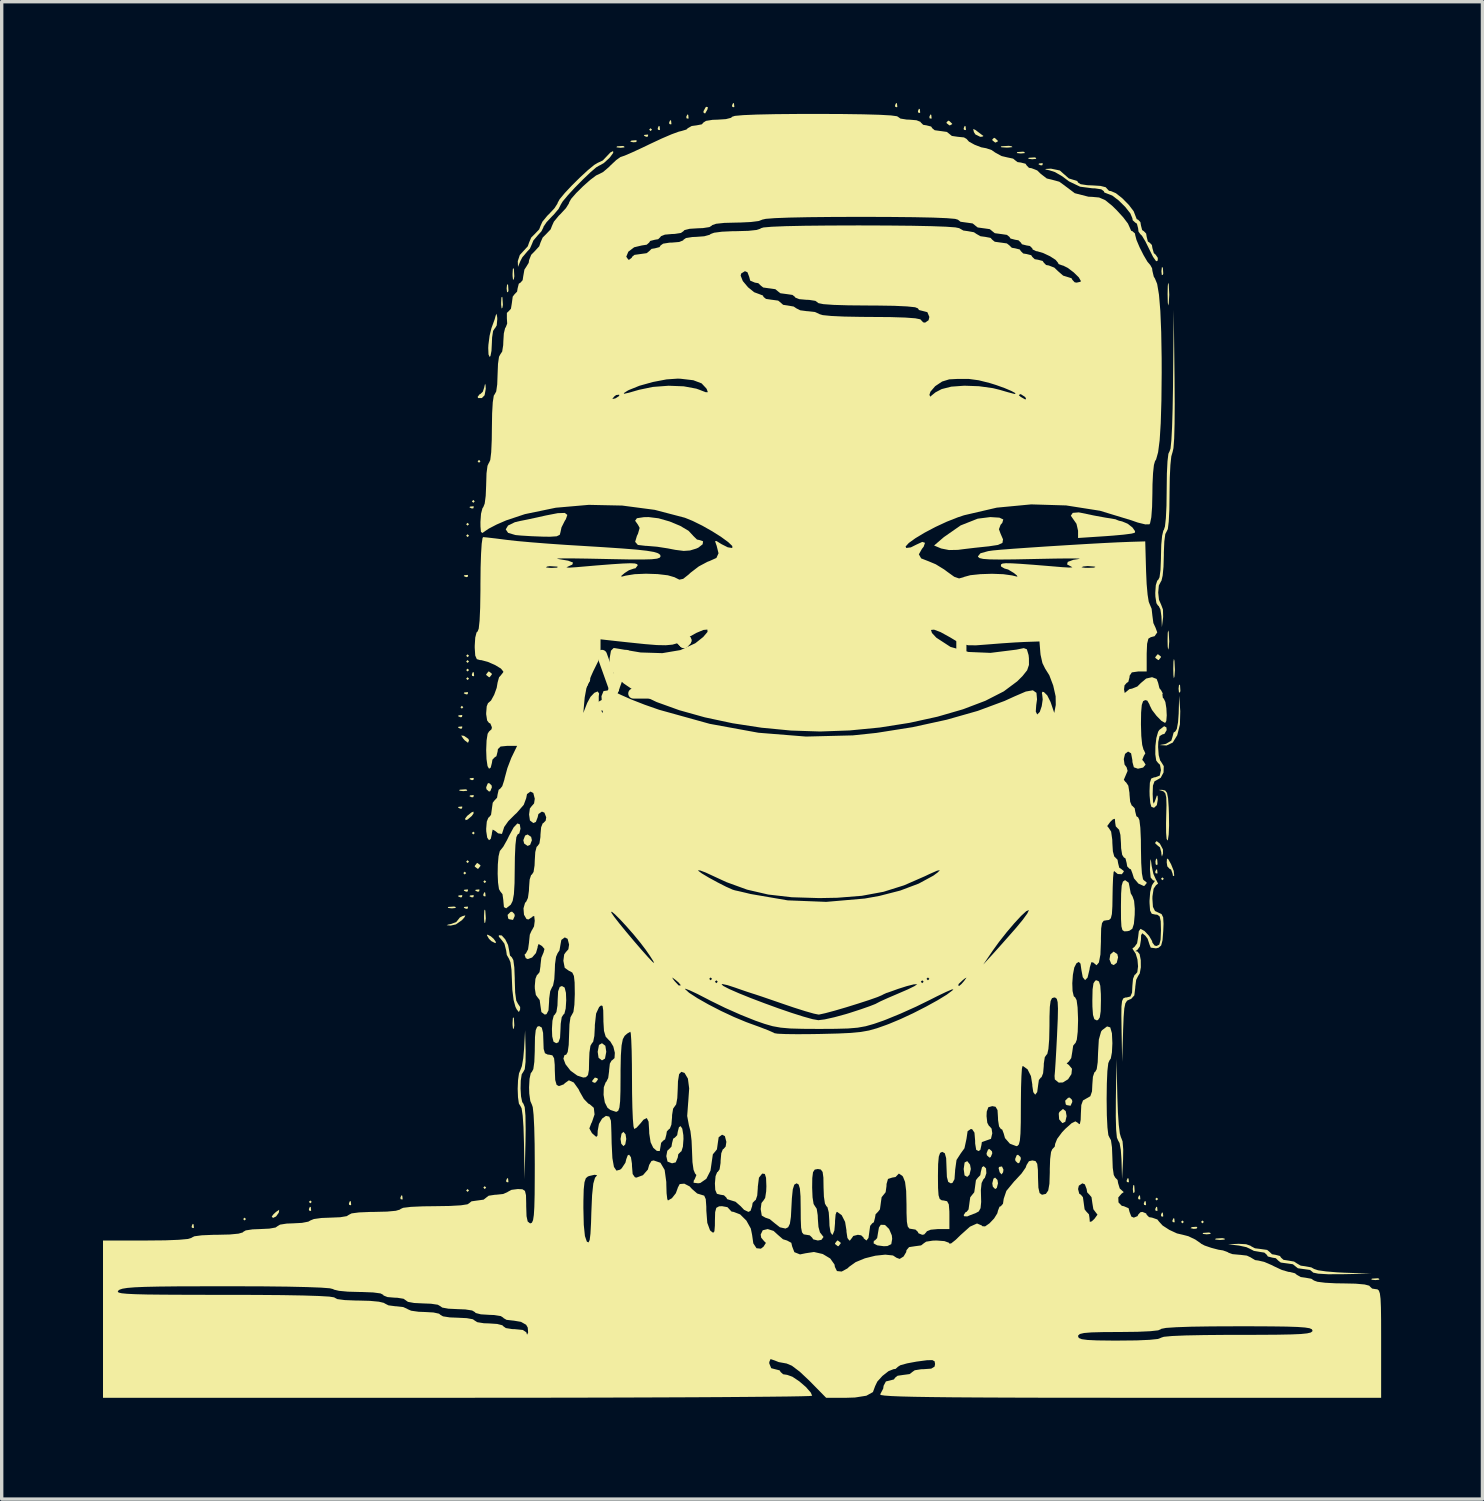
<source format=kicad_pcb>
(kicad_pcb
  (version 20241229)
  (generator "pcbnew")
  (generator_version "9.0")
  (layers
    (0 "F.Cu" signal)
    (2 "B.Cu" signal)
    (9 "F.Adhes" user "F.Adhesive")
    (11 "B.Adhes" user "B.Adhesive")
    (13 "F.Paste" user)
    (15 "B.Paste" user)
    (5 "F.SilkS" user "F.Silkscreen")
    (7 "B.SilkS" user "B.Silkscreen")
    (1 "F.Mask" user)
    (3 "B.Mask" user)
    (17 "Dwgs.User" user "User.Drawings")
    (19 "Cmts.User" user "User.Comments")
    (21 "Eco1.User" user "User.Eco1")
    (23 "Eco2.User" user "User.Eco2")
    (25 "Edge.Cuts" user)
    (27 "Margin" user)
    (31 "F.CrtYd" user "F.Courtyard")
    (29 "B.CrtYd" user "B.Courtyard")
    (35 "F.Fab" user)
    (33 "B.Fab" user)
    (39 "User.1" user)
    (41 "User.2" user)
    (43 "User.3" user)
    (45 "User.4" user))
  (footprint "soy_inverted"
    (layer "F.Cu")
    (at 18.881 16.664)
    (property "Reference" "soy_inverted" (at 0 0 0) (layer "F.SilkS") (effects (font (size 1.5 1.5) (thickness 0.3))))
    (attr board_only exclude_from_pos_files exclude_from_bom)
    (fp_poly (pts (xy -14.647 16.383) (xy -14.69 16.425) (xy -14.732 16.383) (xy -14.69 16.341)) (stroke (width 0) (type solid)) (fill yes) (layer "F.SilkS"))
    (fp_poly (pts (xy -12.7 15.875) (xy -12.742 15.917) (xy -12.785 15.875) (xy -12.742 15.833)) (stroke (width 0) (type solid)) (fill yes) (layer "F.SilkS"))
    (fp_poly (pts (xy -8.213 1.228) (xy -8.255 1.27) (xy -8.297 1.228) (xy -8.255 1.185)) (stroke (width 0) (type solid)) (fill yes) (layer "F.SilkS"))
    (fp_poly (pts (xy -8.128 6.138) (xy -8.17 6.181) (xy -8.213 6.138) (xy -8.17 6.096)) (stroke (width 0) (type solid)) (fill yes) (layer "F.SilkS"))
    (fp_poly (pts (xy -8.043 -4.191) (xy -8.086 -4.149) (xy -8.128 -4.191) (xy -8.086 -4.233)) (stroke (width 0) (type solid)) (fill yes) (layer "F.SilkS"))
    (fp_poly (pts (xy -8.043 -3.852) (xy -8.086 -3.81) (xy -8.128 -3.852) (xy -8.086 -3.895)) (stroke (width 0) (type solid)) (fill yes) (layer "F.SilkS"))
    (fp_poly (pts (xy -8.043 -0.296) (xy -8.086 -0.254) (xy -8.128 -0.296) (xy -8.086 -0.339)) (stroke (width 0) (type solid)) (fill yes) (layer "F.SilkS"))
    (fp_poly (pts (xy -8.043 -0.127) (xy -8.086 -0.085) (xy -8.128 -0.127) (xy -8.086 -0.169)) (stroke (width 0) (type solid)) (fill yes) (layer "F.SilkS"))
    (fp_poly (pts (xy -8.043 0.127) (xy -8.086 0.169) (xy -8.128 0.127) (xy -8.086 0.085)) (stroke (width 0) (type solid)) (fill yes) (layer "F.SilkS"))
    (fp_poly (pts (xy -8.043 0.381) (xy -8.086 0.423) (xy -8.128 0.381) (xy -8.086 0.339)) (stroke (width 0) (type solid)) (fill yes) (layer "F.SilkS"))
    (fp_poly (pts (xy -8.043 5.8) (xy -8.086 5.842) (xy -8.128 5.8) (xy -8.086 5.757)) (stroke (width 0) (type solid)) (fill yes) (layer "F.SilkS"))
    (fp_poly (pts (xy -8.043 15.536) (xy -8.086 15.579) (xy -8.128 15.536) (xy -8.086 15.494)) (stroke (width 0) (type solid)) (fill yes) (layer "F.SilkS"))
    (fp_poly (pts (xy -7.874 -4.868) (xy -7.916 -4.826) (xy -7.959 -4.868) (xy -7.916 -4.911)) (stroke (width 0) (type solid)) (fill yes) (layer "F.SilkS"))
    (fp_poly (pts (xy -7.874 4.953) (xy -7.916 4.995) (xy -7.959 4.953) (xy -7.916 4.911)) (stroke (width 0) (type solid)) (fill yes) (layer "F.SilkS"))
    (fp_poly (pts (xy -7.705 -6.054) (xy -7.747 -6.011) (xy -7.789 -6.054) (xy -7.747 -6.096)) (stroke (width 0) (type solid)) (fill yes) (layer "F.SilkS"))
    (fp_poly (pts (xy -7.535 6.392) (xy -7.578 6.435) (xy -7.62 6.392) (xy -7.578 6.35)) (stroke (width 0) (type solid)) (fill yes) (layer "F.SilkS"))
    (fp_poly (pts (xy -7.535 15.452) (xy -7.578 15.494) (xy -7.62 15.452) (xy -7.578 15.409)) (stroke (width 0) (type solid)) (fill yes) (layer "F.SilkS"))
    (fp_poly (pts (xy -2.625 -15.875) (xy -2.667 -15.833) (xy -2.709 -15.875) (xy -2.667 -15.917)) (stroke (width 0) (type solid)) (fill yes) (layer "F.SilkS"))
    (fp_poly (pts (xy 12.361 15.79) (xy 12.319 15.833) (xy 12.277 15.79) (xy 12.319 15.748)) (stroke (width 0) (type solid)) (fill yes) (layer "F.SilkS"))
    (fp_poly (pts (xy 12.531 6.308) (xy 12.488 6.35) (xy 12.446 6.308) (xy 12.488 6.265)) (stroke (width 0) (type solid)) (fill yes) (layer "F.SilkS"))
    (fp_poly (pts (xy 13.123 16.468) (xy 13.081 16.51) (xy 13.039 16.468) (xy 13.081 16.425)) (stroke (width 0) (type solid)) (fill yes) (layer "F.SilkS"))
    (fp_poly (pts (xy 13.716 16.468) (xy 13.674 16.51) (xy 13.631 16.468) (xy 13.674 16.425)) (stroke (width 0) (type solid)) (fill yes) (layer "F.SilkS"))
    (fp_poly (pts (xy -16.2 16.538) (xy -16.189 16.639) (xy -16.2 16.651) (xy -16.25 16.639) (xy -16.256 16.595) (xy -16.225 16.525)) (stroke (width 0) (type solid)) (fill yes) (layer "F.SilkS"))
    (fp_poly (pts (xy -12.728 16.03) (xy -12.718 16.131) (xy -12.728 16.143) (xy -12.779 16.131) (xy -12.785 16.087) (xy -12.754 16.017)) (stroke (width 0) (type solid)) (fill yes) (layer "F.SilkS"))
    (fp_poly (pts (xy -11.543 15.861) (xy -11.533 15.961) (xy -11.543 15.974) (xy -11.593 15.962) (xy -11.599 15.917) (xy -11.568 15.848)) (stroke (width 0) (type solid)) (fill yes) (layer "F.SilkS"))
    (fp_poly (pts (xy -10.019 15.692) (xy -10.009 15.792) (xy -10.019 15.804) (xy -10.069 15.793) (xy -10.075 15.748) (xy -10.044 15.678)) (stroke (width 0) (type solid)) (fill yes) (layer "F.SilkS"))
    (fp_poly (pts (xy -8.445 7.141) (xy -8.435 7.171) (xy -8.551 7.183) (xy -8.672 7.17) (xy -8.657 7.141) (xy -8.484 7.129)) (stroke (width 0) (type solid)) (fill yes) (layer "F.SilkS"))
    (fp_poly (pts (xy -8.241 1.468) (xy -8.253 1.518) (xy -8.297 1.524) (xy -8.367 1.493) (xy -8.354 1.468) (xy -8.253 1.457)) (stroke (width 0) (type solid)) (fill yes) (layer "F.SilkS"))
    (fp_poly (pts (xy -8.241 1.806) (xy -8.253 1.857) (xy -8.297 1.863) (xy -8.367 1.832) (xy -8.354 1.806) (xy -8.253 1.796)) (stroke (width 0) (type solid)) (fill yes) (layer "F.SilkS"))
    (fp_poly (pts (xy -8.241 4.177) (xy -8.253 4.227) (xy -8.297 4.233) (xy -8.367 4.202) (xy -8.354 4.177) (xy -8.253 4.167)) (stroke (width 0) (type solid)) (fill yes) (layer "F.SilkS"))
    (fp_poly (pts (xy -8.241 6.802) (xy -8.253 6.852) (xy -8.297 6.858) (xy -8.367 6.827) (xy -8.354 6.802) (xy -8.253 6.791)) (stroke (width 0) (type solid)) (fill yes) (layer "F.SilkS"))
    (fp_poly (pts (xy -8.107 3.669) (xy -8.096 3.7) (xy -8.213 3.712) (xy -8.333 3.699) (xy -8.319 3.669) (xy -8.145 3.658)) (stroke (width 0) (type solid)) (fill yes) (layer "F.SilkS"))
    (fp_poly (pts (xy -8.072 -2.681) (xy -8.083 -2.631) (xy -8.128 -2.625) (xy -8.198 -2.656) (xy -8.184 -2.681) (xy -8.084 -2.691)) (stroke (width 0) (type solid)) (fill yes) (layer "F.SilkS"))
    (fp_poly (pts (xy -8.072 0.79) (xy -8.083 0.841) (xy -8.128 0.847) (xy -8.198 0.816) (xy -8.184 0.79) (xy -8.084 0.78)) (stroke (width 0) (type solid)) (fill yes) (layer "F.SilkS"))
    (fp_poly (pts (xy -8.072 6.632) (xy -8.083 6.683) (xy -8.128 6.689) (xy -8.198 6.658) (xy -8.184 6.632) (xy -8.084 6.622)) (stroke (width 0) (type solid)) (fill yes) (layer "F.SilkS"))
    (fp_poly (pts (xy -8.072 7.14) (xy -8.083 7.191) (xy -8.128 7.197) (xy -8.198 7.166) (xy -8.184 7.14) (xy -8.084 7.13)) (stroke (width 0) (type solid)) (fill yes) (layer "F.SilkS"))
    (fp_poly (pts (xy -7.902 -4.713) (xy -7.914 -4.663) (xy -7.959 -4.657) (xy -8.028 -4.688) (xy -8.015 -4.713) (xy -7.915 -4.723)) (stroke (width 0) (type solid)) (fill yes) (layer "F.SilkS"))
    (fp_poly (pts (xy -7.902 0.198) (xy -7.892 0.298) (xy -7.902 0.31) (xy -7.953 0.299) (xy -7.959 0.254) (xy -7.928 0.184)) (stroke (width 0) (type solid)) (fill yes) (layer "F.SilkS"))
    (fp_poly (pts (xy -7.902 3.33) (xy -7.914 3.381) (xy -7.959 3.387) (xy -8.028 3.356) (xy -8.015 3.33) (xy -7.915 3.32)) (stroke (width 0) (type solid)) (fill yes) (layer "F.SilkS"))
    (fp_poly (pts (xy -7.902 3.838) (xy -7.914 3.889) (xy -7.959 3.895) (xy -8.028 3.864) (xy -8.015 3.838) (xy -7.915 3.828)) (stroke (width 0) (type solid)) (fill yes) (layer "F.SilkS"))
    (fp_poly (pts (xy -7.902 6.802) (xy -7.914 6.852) (xy -7.959 6.858) (xy -8.028 6.827) (xy -8.015 6.802) (xy -7.915 6.791)) (stroke (width 0) (type solid)) (fill yes) (layer "F.SilkS"))
    (fp_poly (pts (xy -7.733 6.632) (xy -7.745 6.683) (xy -7.789 6.689) (xy -7.859 6.658) (xy -7.846 6.632) (xy -7.745 6.622)) (stroke (width 0) (type solid)) (fill yes) (layer "F.SilkS"))
    (fp_poly (pts (xy -7.564 6.717) (xy -7.553 6.817) (xy -7.564 6.83) (xy -7.614 6.818) (xy -7.62 6.773) (xy -7.589 6.704)) (stroke (width 0) (type solid)) (fill yes) (layer "F.SilkS"))
    (fp_poly (pts (xy -6.887 -11.282) (xy -6.875 -11.108) (xy -6.887 -11.07) (xy -6.917 -11.06) (xy -6.929 -11.176) (xy -6.916 -11.296)) (stroke (width 0) (type solid)) (fill yes) (layer "F.SilkS"))
    (fp_poly (pts (xy -6.886 15.184) (xy -6.876 15.284) (xy -6.886 15.296) (xy -6.937 15.285) (xy -6.943 15.24) (xy -6.912 15.17)) (stroke (width 0) (type solid)) (fill yes) (layer "F.SilkS"))
    (fp_poly (pts (xy -3.45 -15.381) (xy -3.44 -15.35) (xy -3.556 -15.338) (xy -3.676 -15.351) (xy -3.662 -15.381) (xy -3.488 -15.392)) (stroke (width 0) (type solid)) (fill yes) (layer "F.SilkS"))
    (fp_poly (pts (xy -3.071 -15.545) (xy -3.096 -15.507) (xy -3.182 -15.501) (xy -3.272 -15.521) (xy -3.233 -15.552) (xy -3.101 -15.562)) (stroke (width 0) (type solid)) (fill yes) (layer "F.SilkS"))
    (fp_poly (pts (xy -2.738 -15.72) (xy -2.749 -15.669) (xy -2.794 -15.663) (xy -2.864 -15.694) (xy -2.85 -15.72) (xy -2.75 -15.73)) (stroke (width 0) (type solid)) (fill yes) (layer "F.SilkS"))
    (fp_poly (pts (xy -2.399 -15.974) (xy -2.389 -15.873) (xy -2.399 -15.861) (xy -2.449 -15.873) (xy -2.455 -15.917) (xy -2.424 -15.987)) (stroke (width 0) (type solid)) (fill yes) (layer "F.SilkS"))
    (fp_poly (pts (xy -2.06 -16.143) (xy -2.05 -16.043) (xy -2.06 -16.03) (xy -2.111 -16.042) (xy -2.117 -16.087) (xy -2.086 -16.156)) (stroke (width 0) (type solid)) (fill yes) (layer "F.SilkS"))
    (fp_poly (pts (xy -1.552 -16.312) (xy -1.542 -16.212) (xy -1.552 -16.2) (xy -1.603 -16.211) (xy -1.609 -16.256) (xy -1.578 -16.326)) (stroke (width 0) (type solid)) (fill yes) (layer "F.SilkS"))
    (fp_poly (pts (xy -0.198 -16.651) (xy -0.187 -16.551) (xy -0.198 -16.538) (xy -0.248 -16.55) (xy -0.254 -16.595) (xy -0.223 -16.664)) (stroke (width 0) (type solid)) (fill yes) (layer "F.SilkS"))
    (fp_poly (pts (xy 4.628 -16.651) (xy 4.639 -16.551) (xy 4.628 -16.538) (xy 4.578 -16.55) (xy 4.572 -16.595) (xy 4.603 -16.664)) (stroke (width 0) (type solid)) (fill yes) (layer "F.SilkS"))
    (fp_poly (pts (xy 5.306 -16.482) (xy 5.316 -16.381) (xy 5.306 -16.369) (xy 5.255 -16.381) (xy 5.249 -16.425) (xy 5.28 -16.495)) (stroke (width 0) (type solid)) (fill yes) (layer "F.SilkS"))
    (fp_poly (pts (xy 5.644 -16.312) (xy 5.655 -16.212) (xy 5.644 -16.2) (xy 5.594 -16.211) (xy 5.588 -16.256) (xy 5.619 -16.326)) (stroke (width 0) (type solid)) (fill yes) (layer "F.SilkS"))
    (fp_poly (pts (xy 6.66 -15.974) (xy 6.671 -15.873) (xy 6.66 -15.861) (xy 6.61 -15.873) (xy 6.604 -15.917) (xy 6.635 -15.987)) (stroke (width 0) (type solid)) (fill yes) (layer "F.SilkS"))
    (fp_poly (pts (xy 8.403 -15.211) (xy 8.414 -15.181) (xy 8.297 -15.169) (xy 8.177 -15.182) (xy 8.191 -15.211) (xy 8.365 -15.223)) (stroke (width 0) (type solid)) (fill yes) (layer "F.SilkS"))
    (fp_poly (pts (xy 8.742 -15.042) (xy 8.752 -15.011) (xy 8.636 -14.999) (xy 8.516 -15.013) (xy 8.53 -15.042) (xy 8.704 -15.053)) (stroke (width 0) (type solid)) (fill yes) (layer "F.SilkS"))
    (fp_poly (pts (xy 8.946 -14.873) (xy 8.935 -14.823) (xy 8.89 -14.817) (xy 8.82 -14.848) (xy 8.834 -14.873) (xy 8.934 -14.883)) (stroke (width 0) (type solid)) (fill yes) (layer "F.SilkS"))
    (fp_poly (pts (xy 11.486 15.184) (xy 11.497 15.284) (xy 11.486 15.296) (xy 11.436 15.285) (xy 11.43 15.24) (xy 11.461 15.17)) (stroke (width 0) (type solid)) (fill yes) (layer "F.SilkS"))
    (fp_poly (pts (xy 11.655 15.388) (xy 11.667 15.562) (xy 11.655 15.6) (xy 11.625 15.61) (xy 11.613 15.494) (xy 11.626 15.374)) (stroke (width 0) (type solid)) (fill yes) (layer "F.SilkS"))
    (fp_poly (pts (xy 11.825 15.692) (xy 11.835 15.792) (xy 11.825 15.804) (xy 11.775 15.793) (xy 11.769 15.748) (xy 11.8 15.678)) (stroke (width 0) (type solid)) (fill yes) (layer "F.SilkS"))
    (fp_poly (pts (xy 11.994 15.861) (xy 12.005 15.961) (xy 11.994 15.974) (xy 11.944 15.962) (xy 11.938 15.917) (xy 11.969 15.848)) (stroke (width 0) (type solid)) (fill yes) (layer "F.SilkS"))
    (fp_poly (pts (xy 12.333 6.04) (xy 12.343 6.14) (xy 12.333 6.152) (xy 12.283 6.141) (xy 12.277 6.096) (xy 12.308 6.026)) (stroke (width 0) (type solid)) (fill yes) (layer "F.SilkS"))
    (fp_poly (pts (xy 12.333 16.03) (xy 12.343 16.131) (xy 12.333 16.143) (xy 12.283 16.131) (xy 12.277 16.087) (xy 12.308 16.017)) (stroke (width 0) (type solid)) (fill yes) (layer "F.SilkS"))
    (fp_poly (pts (xy 12.335 5.741) (xy 12.345 5.874) (xy 12.328 5.904) (xy 12.289 5.878) (xy 12.283 5.793) (xy 12.304 5.702)) (stroke (width 0) (type solid)) (fill yes) (layer "F.SilkS"))
    (fp_poly (pts (xy 12.502 -11.79) (xy 12.513 -11.616) (xy 12.502 -11.578) (xy 12.471 -11.568) (xy 12.459 -11.684) (xy 12.473 -11.804)) (stroke (width 0) (type solid)) (fill yes) (layer "F.SilkS"))
    (fp_poly (pts (xy 12.502 16.2) (xy 12.513 16.3) (xy 12.502 16.312) (xy 12.452 16.301) (xy 12.446 16.256) (xy 12.477 16.186)) (stroke (width 0) (type solid)) (fill yes) (layer "F.SilkS"))
    (fp_poly (pts (xy 12.841 16.369) (xy 12.851 16.469) (xy 12.841 16.482) (xy 12.791 16.47) (xy 12.785 16.425) (xy 12.816 16.356)) (stroke (width 0) (type solid)) (fill yes) (layer "F.SilkS"))
    (fp_poly (pts (xy 13.01 0.572) (xy 13.021 0.745) (xy 13.01 0.783) (xy 12.979 0.794) (xy 12.967 0.677) (xy 12.981 0.557)) (stroke (width 0) (type solid)) (fill yes) (layer "F.SilkS"))
    (fp_poly (pts (xy 13.524 16.628) (xy 13.498 16.667) (xy 13.413 16.673) (xy 13.322 16.652) (xy 13.361 16.621) (xy 13.494 16.611)) (stroke (width 0) (type solid)) (fill yes) (layer "F.SilkS"))
    (fp_poly (pts (xy 13.906 16.793) (xy 13.917 16.823) (xy 13.801 16.835) (xy 13.68 16.822) (xy 13.695 16.793) (xy 13.868 16.781)) (stroke (width 0) (type solid)) (fill yes) (layer "F.SilkS"))
    (fp_poly (pts (xy 18.902 18.147) (xy 18.912 18.178) (xy 18.796 18.19) (xy 18.676 18.177) (xy 18.69 18.147) (xy 18.864 18.136)) (stroke (width 0) (type solid)) (fill yes) (layer "F.SilkS"))
    (fp_poly (pts (xy -4.24 12.214) (xy -4.227 12.253) (xy -4.287 12.333) (xy -4.322 12.349) (xy -4.394 12.322) (xy -4.39 12.281) (xy -4.316 12.193)) (stroke (width 0) (type solid)) (fill yes) (layer "F.SilkS"))
    (fp_poly (pts (xy -0.969 -16.538) (xy -0.984 -16.472) (xy -1.052 -16.353) (xy -1.096 -16.373) (xy -1.101 -16.42) (xy -1.039 -16.535) (xy -1.017 -16.552)) (stroke (width 0) (type solid)) (fill yes) (layer "F.SilkS"))
    (fp_poly (pts (xy 7.782 14.919) (xy 7.771 14.998) (xy 7.725 15.061) (xy 7.669 14.997) (xy 7.638 14.873) (xy 7.654 14.839) (xy 7.738 14.825)) (stroke (width 0) (type solid)) (fill yes) (layer "F.SilkS"))
    (fp_poly (pts (xy -13.671 16.175) (xy -13.681 16.202) (xy -13.757 16.306) (xy -13.847 16.35) (xy -13.885 16.309) (xy -13.829 16.236) (xy -13.756 16.17) (xy -13.665 16.108)) (stroke (width 0) (type solid)) (fill yes) (layer "F.SilkS"))
    (fp_poly (pts (xy -8.209 2.071) (xy -8.182 2.081) (xy -8.063 2.164) (xy -8.043 2.21) (xy -8.073 2.281) (xy -8.169 2.209) (xy -8.214 2.157) (xy -8.276 2.065)) (stroke (width 0) (type solid)) (fill yes) (layer "F.SilkS"))
    (fp_poly (pts (xy -7.908 4.37) (xy -7.959 4.445) (xy -8.084 4.552) (xy -8.144 4.572) (xy -8.159 4.524) (xy -8.098 4.445) (xy -7.97 4.342) (xy -7.912 4.318)) (stroke (width 0) (type solid)) (fill yes) (layer "F.SilkS"))
    (fp_poly (pts (xy -7.707 5.906) (xy -7.705 5.927) (xy -7.769 6.009) (xy -7.789 6.011) (xy -7.872 5.947) (xy -7.874 5.927) (xy -7.81 5.844) (xy -7.789 5.842)) (stroke (width 0) (type solid)) (fill yes) (layer "F.SilkS"))
    (fp_poly (pts (xy -7.56 7.261) (xy -7.546 7.482) (xy -7.562 7.6) (xy -7.585 7.62) (xy -7.598 7.498) (xy -7.599 7.408) (xy -7.59 7.244) (xy -7.571 7.219)) (stroke (width 0) (type solid)) (fill yes) (layer "F.SilkS"))
    (fp_poly (pts (xy -7.396 8.012) (xy -7.312 8.086) (xy -7.243 8.185) (xy -7.265 8.213) (xy -7.381 8.154) (xy -7.451 8.086) (xy -7.512 7.983) (xy -7.497 7.959)) (stroke (width 0) (type solid)) (fill yes) (layer "F.SilkS"))
    (fp_poly (pts (xy -7.376 3.54) (xy -7.366 3.598) (xy -7.412 3.711) (xy -7.451 3.725) (xy -7.526 3.657) (xy -7.535 3.598) (xy -7.49 3.486) (xy -7.451 3.471)) (stroke (width 0) (type solid)) (fill yes) (layer "F.SilkS"))
    (fp_poly (pts (xy -7.368 0.234) (xy -7.366 0.254) (xy -7.43 0.336) (xy -7.451 0.339) (xy -7.533 0.274) (xy -7.535 0.254) (xy -7.471 0.172) (xy -7.451 0.169)) (stroke (width 0) (type solid)) (fill yes) (layer "F.SilkS"))
    (fp_poly (pts (xy -7.054 -10.901) (xy -7.04 -10.686) (xy -7.054 -10.604) (xy -7.078 -10.578) (xy -7.092 -10.695) (xy -7.092 -10.753) (xy -7.084 -10.907) (xy -7.062 -10.925)) (stroke (width 0) (type solid)) (fill yes) (layer "F.SilkS"))
    (fp_poly (pts (xy -6.715 -11.748) (xy -6.702 -11.533) (xy -6.715 -11.451) (xy -6.74 -11.425) (xy -6.753 -11.542) (xy -6.754 -11.599) (xy -6.745 -11.753) (xy -6.723 -11.772)) (stroke (width 0) (type solid)) (fill yes) (layer "F.SilkS"))
    (fp_poly (pts (xy -6.715 10.435) (xy -6.702 10.65) (xy -6.715 10.732) (xy -6.74 10.758) (xy -6.753 10.641) (xy -6.754 10.583) (xy -6.745 10.429) (xy -6.723 10.411)) (stroke (width 0) (type solid)) (fill yes) (layer "F.SilkS"))
    (fp_poly (pts (xy -6.698 7.35) (xy -6.689 7.408) (xy -6.741 7.525) (xy -6.858 7.504) (xy -6.884 7.481) (xy -6.901 7.376) (xy -6.815 7.29) (xy -6.768 7.281)) (stroke (width 0) (type solid)) (fill yes) (layer "F.SilkS"))
    (fp_poly (pts (xy -6.204 5.066) (xy -6.181 5.165) (xy -6.234 5.303) (xy -6.308 5.334) (xy -6.411 5.263) (xy -6.435 5.165) (xy -6.382 5.027) (xy -6.308 4.995)) (stroke (width 0) (type solid)) (fill yes) (layer "F.SilkS"))
    (fp_poly (pts (xy -4.006 11.252) (xy -3.979 11.43) (xy -4.017 11.632) (xy -4.106 11.684) (xy -4.207 11.608) (xy -4.233 11.43) (xy -4.195 11.228) (xy -4.106 11.176)) (stroke (width 0) (type solid)) (fill yes) (layer "F.SilkS"))
    (fp_poly (pts (xy -3.408 13.873) (xy -3.387 14.012) (xy -3.416 14.171) (xy -3.471 14.224) (xy -3.535 14.152) (xy -3.556 14.012) (xy -3.527 13.853) (xy -3.471 13.801)) (stroke (width 0) (type solid)) (fill yes) (layer "F.SilkS"))
    (fp_poly (pts (xy 2.961 17.082) (xy 2.963 17.103) (xy 2.899 17.185) (xy 2.879 17.187) (xy 2.796 17.123) (xy 2.794 17.103) (xy 2.858 17.02) (xy 2.879 17.018)) (stroke (width 0) (type solid)) (fill yes) (layer "F.SilkS"))
    (fp_poly (pts (xy 6.181 -16.129) (xy 6.261 -16.053) (xy 6.265 -16.039) (xy 6.2 -16.003) (xy 6.181 -16.002) (xy 6.099 -16.067) (xy 6.096 -16.092) (xy 6.148 -16.142)) (stroke (width 0) (type solid)) (fill yes) (layer "F.SilkS"))
    (fp_poly (pts (xy 6.792 14.771) (xy 6.816 14.901) (xy 6.776 15.069) (xy 6.71 15.134) (xy 6.63 15.09) (xy 6.604 14.901) (xy 6.632 14.707) (xy 6.71 14.668)) (stroke (width 0) (type solid)) (fill yes) (layer "F.SilkS"))
    (fp_poly (pts (xy 7.441 14.377) (xy 7.451 14.436) (xy 7.405 14.548) (xy 7.366 14.563) (xy 7.291 14.494) (xy 7.281 14.436) (xy 7.327 14.323) (xy 7.366 14.309)) (stroke (width 0) (type solid)) (fill yes) (layer "F.SilkS"))
    (fp_poly (pts (xy 7.535 -15.621) (xy 7.616 -15.545) (xy 7.62 -15.531) (xy 7.554 -15.495) (xy 7.535 -15.494) (xy 7.454 -15.559) (xy 7.451 -15.584) (xy 7.503 -15.634)) (stroke (width 0) (type solid)) (fill yes) (layer "F.SilkS"))
    (fp_poly (pts (xy 7.604 15.226) (xy 7.62 15.325) (xy 7.585 15.462) (xy 7.535 15.494) (xy 7.467 15.423) (xy 7.451 15.325) (xy 7.486 15.187) (xy 7.535 15.155)) (stroke (width 0) (type solid)) (fill yes) (layer "F.SilkS"))
    (fp_poly (pts (xy 8.022 -15.383) (xy 8.049 -15.358) (xy 7.931 -15.345) (xy 7.874 -15.344) (xy 7.72 -15.353) (xy 7.702 -15.375) (xy 7.726 -15.383) (xy 7.941 -15.396)) (stroke (width 0) (type solid)) (fill yes) (layer "F.SilkS"))
    (fp_poly (pts (xy 8.288 14.547) (xy 8.297 14.605) (xy 8.252 14.718) (xy 8.213 14.732) (xy 8.138 14.663) (xy 8.128 14.605) (xy 8.174 14.492) (xy 8.213 14.478)) (stroke (width 0) (type solid)) (fill yes) (layer "F.SilkS"))
    (fp_poly (pts (xy 9.812 12.853) (xy 9.821 12.912) (xy 9.769 13.028) (xy 9.652 13.008) (xy 9.626 12.985) (xy 9.609 12.879) (xy 9.695 12.793) (xy 9.742 12.785)) (stroke (width 0) (type solid)) (fill yes) (layer "F.SilkS"))
    (fp_poly (pts (xy 12.444 -0.274) (xy 12.446 -0.254) (xy 12.382 -0.172) (xy 12.361 -0.169) (xy 12.279 -0.234) (xy 12.277 -0.254) (xy 12.341 -0.336) (xy 12.361 -0.339)) (stroke (width 0) (type solid)) (fill yes) (layer "F.SilkS"))
    (fp_poly (pts (xy 12.676 -0.995) (xy 12.69 -0.721) (xy 12.676 -0.529) (xy 12.658 -0.477) (xy 12.645 -0.573) (xy 12.641 -0.762) (xy 12.646 -0.971) (xy 12.66 -1.049)) (stroke (width 0) (type solid)) (fill yes) (layer "F.SilkS"))
    (fp_poly (pts (xy 12.845 -0.148) (xy 12.859 0.125) (xy 12.845 0.318) (xy 12.827 0.37) (xy 12.814 0.274) (xy 12.81 0.085) (xy 12.815 -0.124) (xy 12.829 -0.203)) (stroke (width 0) (type solid)) (fill yes) (layer "F.SilkS"))
    (fp_poly (pts (xy 14.331 16.962) (xy 14.334 16.99) (xy 14.202 17.002) (xy 14.182 17.001) (xy 14.05 16.989) (xy 14.063 16.964) (xy 14.077 16.959) (xy 14.262 16.947)) (stroke (width 0) (type solid)) (fill yes) (layer "F.SilkS"))
    (fp_poly (pts (xy 6.953 -15.865) (xy 7.004 -15.826) (xy 7.138 -15.725) (xy 7.19 -15.687) (xy 7.154 -15.667) (xy 7.093 -15.663) (xy 6.952 -15.732) (xy 6.907 -15.802) (xy 6.885 -15.894)) (stroke (width 0) (type solid)) (fill yes) (layer "F.SilkS"))
    (fp_poly (pts (xy 9.625 13.185) (xy 9.652 13.335) (xy 9.613 13.502) (xy 9.526 13.542) (xy 9.436 13.437) (xy 9.43 13.424) (xy 9.419 13.261) (xy 9.438 13.212) (xy 9.543 13.124)) (stroke (width 0) (type solid)) (fill yes) (layer "F.SilkS"))
    (fp_poly (pts (xy 11.153 8.537) (xy 11.176 8.631) (xy 11.136 8.795) (xy 11.045 8.862) (xy 10.976 8.831) (xy 10.921 8.695) (xy 10.947 8.546) (xy 11.038 8.467) (xy 11.049 8.467)) (stroke (width 0) (type solid)) (fill yes) (layer "F.SilkS"))
    (fp_poly (pts (xy 12.674 -11.298) (xy 12.677 -11.282) (xy 12.691 -10.985) (xy 12.677 -10.732) (xy 12.66 -10.668) (xy 12.648 -10.754) (xy 12.643 -10.972) (xy 12.642 -11.007) (xy 12.647 -11.239) (xy 12.658 -11.343)) (stroke (width 0) (type solid)) (fill yes) (layer "F.SilkS"))
    (fp_poly (pts (xy -7.554 -8.311) (xy -7.547 -8.201) (xy -7.582 -8.01) (xy -7.662 -7.928) (xy -7.771 -7.926) (xy -7.789 -7.961) (xy -7.728 -8.041) (xy -7.711 -8.043) (xy -7.635 -8.115) (xy -7.595 -8.234) (xy -7.568 -8.351)) (stroke (width 0) (type solid)) (fill yes) (layer "F.SilkS"))
    (fp_poly (pts (xy 12.412 5.264) (xy 12.504 5.437) (xy 12.506 5.557) (xy 12.475 5.649) (xy 12.459 5.582) (xy 12.456 5.524) (xy 12.416 5.376) (xy 12.361 5.334) (xy 12.282 5.267) (xy 12.277 5.231) (xy 12.319 5.192)) (stroke (width 0) (type solid)) (fill yes) (layer "F.SilkS"))
    (fp_poly (pts (xy -8.177 7.447) (xy -8.252 7.532) (xy -8.431 7.658) (xy -8.586 7.693) (xy -8.704 7.682) (xy -8.661 7.663) (xy -8.572 7.645) (xy -8.424 7.59) (xy -8.382 7.539) (xy -8.314 7.453) (xy -8.239 7.414) (xy -8.151 7.39)) (stroke (width 0) (type solid)) (fill yes) (layer "F.SilkS"))
    (fp_poly (pts (xy 12.662 5.728) (xy 12.745 5.877) (xy 12.824 6.074) (xy 12.838 6.212) (xy 12.836 6.216) (xy 12.802 6.228) (xy 12.791 6.16) (xy 12.746 6.034) (xy 12.7 6.011) (xy 12.634 5.94) (xy 12.616 5.821) (xy 12.624 5.708)) (stroke (width 0) (type solid)) (fill yes) (layer "F.SilkS"))
    (fp_poly (pts (xy 4.274 16.557) (xy 4.396 16.678) (xy 4.476 16.866) (xy 4.487 16.97) (xy 4.46 17.126) (xy 4.345 17.182) (xy 4.238 17.187) (xy 4.043 17.161) (xy 3.937 17.103) (xy 3.944 17.025) (xy 3.974 17.018) (xy 4.042 16.946) (xy 4.064 16.811) (xy 4.095 16.632) (xy 4.149 16.552)) (stroke (width 0) (type solid)) (fill yes) (layer "F.SilkS"))
    (fp_poly (pts (xy 10.61 9.348) (xy 10.649 9.474) (xy 10.666 9.72) (xy 10.668 9.906) (xy 10.661 10.228) (xy 10.634 10.412) (xy 10.581 10.49) (xy 10.541 10.499) (xy 10.472 10.464) (xy 10.433 10.338) (xy 10.416 10.092) (xy 10.414 9.906) (xy 10.421 9.584) (xy 10.448 9.4) (xy 10.501 9.322) (xy 10.541 9.313)) (stroke (width 0) (type solid)) (fill yes) (layer "F.SilkS"))
    (fp_poly (pts (xy 13.017 1.344) (xy 13.007 1.736) (xy 12.928 2.056) (xy 12.794 2.274) (xy 12.616 2.359) (xy 12.59 2.359) (xy 12.404 2.348) (xy 12.594 2.311) (xy 12.753 2.217) (xy 12.785 2.111) (xy 12.821 1.976) (xy 12.869 1.947) (xy 12.915 1.87) (xy 12.952 1.669) (xy 12.97 1.418) (xy 12.985 0.889)) (stroke (width 0) (type solid)) (fill yes) (layer "F.SilkS"))
    (fp_poly (pts (xy -7.209 -10.318) (xy -7.206 -10.266) (xy -7.223 -10.079) (xy -7.275 -9.992) (xy -7.281 -9.991) (xy -7.33 -9.915) (xy -7.36 -9.72) (xy -7.366 -9.567) (xy -7.378 -9.326) (xy -7.408 -9.173) (xy -7.432 -9.144) (xy -7.466 -9.219) (xy -7.474 -9.408) (xy -7.469 -9.504) (xy -7.434 -9.773) (xy -7.38 -9.994) (xy -7.366 -10.033) (xy -7.284 -10.258) (xy -7.253 -10.372) (xy -7.227 -10.425)) (stroke (width 0) (type solid)) (fill yes) (layer "F.SilkS"))
    (fp_poly (pts (xy 11.155 12.781) (xy 11.171 13.226) (xy 11.196 13.592) (xy 11.228 13.85) (xy 11.263 13.97) (xy 11.267 13.974) (xy 11.309 14.084) (xy 11.328 14.321) (xy 11.324 14.613) (xy 11.294 15.198) (xy 11.277 14.626) (xy 11.257 14.34) (xy 11.221 14.135) (xy 11.177 14.055) (xy 11.176 14.055) (xy 11.141 13.972) (xy 11.118 13.733) (xy 11.108 13.351) (xy 11.11 12.848) (xy 11.128 11.642)) (stroke (width 0) (type solid)) (fill yes) (layer "F.SilkS"))
    (fp_poly (pts (xy 12.488 3.675) (xy 12.572 3.694) (xy 12.625 3.765) (xy 12.656 3.922) (xy 12.675 4.197) (xy 12.682 4.395) (xy 12.686 4.729) (xy 12.675 4.996) (xy 12.651 5.154) (xy 12.64 5.174) (xy 12.613 5.127) (xy 12.598 4.944) (xy 12.596 4.66) (xy 12.6 4.49) (xy 12.609 4.128) (xy 12.603 3.901) (xy 12.574 3.775) (xy 12.518 3.718) (xy 12.473 3.702) (xy 12.38 3.676) (xy 12.451 3.673)) (stroke (width 0) (type solid)) (fill yes) (layer "F.SilkS"))
    (fp_poly (pts (xy -5.132 -4.467) (xy -5.176 -4.339) (xy -5.206 -4.294) (xy -5.305 -4.097) (xy -5.334 -3.96) (xy -5.356 -3.878) (xy -5.448 -3.834) (xy -5.646 -3.821) (xy -5.863 -3.824) (xy -6.197 -3.837) (xy -6.506 -3.856) (xy -6.668 -3.871) (xy -6.886 -3.936) (xy -6.956 -4.039) (xy -6.887 -4.153) (xy -6.686 -4.251) (xy -6.539 -4.286) (xy -6.333 -4.327) (xy -6.034 -4.391) (xy -5.771 -4.45) (xy -5.416 -4.519) (xy -5.207 -4.526)) (stroke (width 0) (type solid)) (fill yes) (layer "F.SilkS"))
    (fp_poly (pts (xy -1.728 13.707) (xy -1.697 13.898) (xy -1.693 14.012) (xy -1.71 14.24) (xy -1.753 14.376) (xy -1.778 14.393) (xy -1.847 14.464) (xy -1.863 14.563) (xy -1.923 14.704) (xy -2.032 14.732) (xy -2.165 14.682) (xy -2.201 14.52) (xy -2.172 14.361) (xy -2.117 14.309) (xy -2.048 14.238) (xy -2.032 14.139) (xy -1.997 14.002) (xy -1.947 13.97) (xy -1.879 13.899) (xy -1.863 13.801) (xy -1.827 13.663) (xy -1.778 13.631)) (stroke (width 0) (type solid)) (fill yes) (layer "F.SilkS"))
    (fp_poly (pts (xy 7.662 -4.386) (xy 7.777 -4.332) (xy 7.747 -4.231) (xy 7.697 -4.175) (xy 7.648 -4.043) (xy 7.697 -3.909) (xy 7.769 -3.743) (xy 7.752 -3.639) (xy 7.619 -3.578) (xy 7.347 -3.537) (xy 7.26 -3.528) (xy 6.921 -3.492) (xy 6.603 -3.454) (xy 6.435 -3.432) (xy 6.169 -3.427) (xy 5.938 -3.473) (xy 5.933 -3.475) (xy 5.728 -3.561) (xy 6.018 -3.81) (xy 6.514 -4.156) (xy 7.019 -4.356) (xy 7.393 -4.403)) (stroke (width 0) (type solid)) (fill yes) (layer "F.SilkS"))
    (fp_poly (pts (xy 11.49 6.423) (xy 11.515 6.545) (xy 11.551 6.738) (xy 11.604 6.829) (xy 11.65 6.959) (xy 11.671 7.195) (xy 11.668 7.375) (xy 11.644 7.643) (xy 11.598 7.786) (xy 11.511 7.846) (xy 11.451 7.859) (xy 11.361 7.864) (xy 11.305 7.827) (xy 11.275 7.717) (xy 11.263 7.503) (xy 11.261 7.153) (xy 11.261 7.118) (xy 11.266 6.744) (xy 11.283 6.511) (xy 11.319 6.39) (xy 11.377 6.351) (xy 11.388 6.35)) (stroke (width 0) (type solid)) (fill yes) (layer "F.SilkS"))
    (fp_poly (pts (xy 10.062 -4.533) (xy 10.468 -4.448) (xy 10.818 -4.384) (xy 10.964 -4.362) (xy 11.102 -4.337) (xy 11.134 -4.322) (xy 11.204 -4.295) (xy 11.294 -4.275) (xy 11.456 -4.208) (xy 11.601 -4.096) (xy 11.679 -3.985) (xy 11.67 -3.938) (xy 11.571 -3.913) (xy 11.342 -3.883) (xy 11.023 -3.854) (xy 10.808 -3.838) (xy 9.991 -3.784) (xy 9.991 -3.999) (xy 9.944 -4.204) (xy 9.865 -4.317) (xy 9.777 -4.444) (xy 9.834 -4.528) (xy 10.008 -4.542)) (stroke (width 0) (type solid)) (fill yes) (layer "F.SilkS"))
    (fp_poly (pts (xy -5.212 9.528) (xy -5.173 9.685) (xy -5.165 9.906) (xy -5.18 10.147) (xy -5.219 10.301) (xy -5.249 10.329) (xy -5.298 10.405) (xy -5.328 10.6) (xy -5.334 10.753) (xy -5.348 11.019) (xy -5.395 11.149) (xy -5.461 11.176) (xy -5.541 11.131) (xy -5.58 10.974) (xy -5.588 10.753) (xy -5.573 10.511) (xy -5.534 10.358) (xy -5.503 10.329) (xy -5.455 10.253) (xy -5.424 10.058) (xy -5.419 9.906) (xy -5.405 9.64) (xy -5.358 9.51) (xy -5.292 9.483)) (stroke (width 0) (type solid)) (fill yes) (layer "F.SilkS"))
    (fp_poly (pts (xy -2.432 -4.367) (xy -2.103 -4.273) (xy -1.79 -4.143) (xy -1.543 -3.997) (xy -1.41 -3.855) (xy -1.407 -3.849) (xy -1.293 -3.738) (xy -1.23 -3.725) (xy -1.113 -3.687) (xy -1.125 -3.598) (xy -1.254 -3.497) (xy -1.318 -3.469) (xy -1.5 -3.414) (xy -1.685 -3.401) (xy -1.932 -3.432) (xy -2.159 -3.476) (xy -2.474 -3.525) (xy -2.789 -3.551) (xy -2.815 -3.551) (xy -3.044 -3.578) (xy -3.124 -3.669) (xy -3.071 -3.848) (xy -3.04 -3.909) (xy -2.991 -4.083) (xy -3.04 -4.175) (xy -3.125 -4.296) (xy -3.072 -4.369) (xy -2.869 -4.4) (xy -2.726 -4.403)) (stroke (width 0) (type solid)) (fill yes) (layer "F.SilkS"))
    (fp_poly (pts (xy -7.074 7.985) (xy -6.971 8.099) (xy -6.887 8.268) (xy -6.858 8.418) (xy -6.83 8.58) (xy -6.773 8.636) (xy -6.731 8.715) (xy -6.702 8.931) (xy -6.689 9.251) (xy -6.689 9.306) (xy -6.677 9.674) (xy -6.644 9.915) (xy -6.594 10.008) (xy -6.529 10.104) (xy -6.531 10.183) (xy -6.567 10.253) (xy -6.629 10.177) (xy -6.668 10.1) (xy -6.723 9.897) (xy -6.761 9.594) (xy -6.773 9.301) (xy -6.785 9.006) (xy -6.816 8.781) (xy -6.858 8.678) (xy -6.925 8.561) (xy -6.943 8.43) (xy -6.995 8.228) (xy -7.072 8.126) (xy -7.16 8.022) (xy -7.16 7.979)) (stroke (width 0) (type solid)) (fill yes) (layer "F.SilkS"))
    (fp_poly (pts (xy -6.366 11.409) (xy -6.369 11.731) (xy -6.393 11.946) (xy -6.435 12.023) (xy -6.483 12.097) (xy -6.511 12.282) (xy -6.517 12.519) (xy -6.503 12.751) (xy -6.468 12.919) (xy -6.432 12.969) (xy -6.394 13.067) (xy -6.372 13.322) (xy -6.366 13.726) (xy -6.371 14.098) (xy -6.398 15.198) (xy -6.416 14.118) (xy -6.43 13.664) (xy -6.454 13.32) (xy -6.486 13.104) (xy -6.519 13.039) (xy -6.566 12.964) (xy -6.593 12.775) (xy -6.602 12.526) (xy -6.592 12.273) (xy -6.563 12.069) (xy -6.524 11.976) (xy -6.478 11.855) (xy -6.437 11.618) (xy -6.413 11.345) (xy -6.383 10.795)) (stroke (width 0) (type solid)) (fill yes) (layer "F.SilkS"))
    (fp_poly (pts (xy -6.54 4.694) (xy -6.519 4.826) (xy -6.555 4.964) (xy -6.604 4.995) (xy -6.642 5.077) (xy -6.669 5.307) (xy -6.685 5.665) (xy -6.689 5.975) (xy -6.695 6.44) (xy -6.714 6.761) (xy -6.751 6.963) (xy -6.806 7.072) (xy -6.81 7.076) (xy -6.943 7.182) (xy -7.009 7.146) (xy -7.027 6.956) (xy -7.027 6.943) (xy -7.052 6.764) (xy -7.111 6.689) (xy -7.112 6.689) (xy -7.156 6.613) (xy -7.184 6.419) (xy -7.195 6.159) (xy -7.19 5.883) (xy -7.169 5.643) (xy -7.132 5.488) (xy -7.112 5.461) (xy -7.029 5.358) (xy -6.915 5.155) (xy -6.856 5.033) (xy -6.721 4.785) (xy -6.611 4.669)) (stroke (width 0) (type solid)) (fill yes) (layer "F.SilkS"))
    (fp_poly (pts (xy 7.266 14.882) (xy 7.276 15.025) (xy 7.23 15.163) (xy 7.191 15.201) (xy 7.135 15.315) (xy 7.113 15.524) (xy 7.114 15.566) (xy 7.122 15.877) (xy 7.104 16.06) (xy 7.051 16.157) (xy 6.964 16.204) (xy 6.777 16.276) (xy 6.71 16.305) (xy 6.616 16.299) (xy 6.604 16.263) (xy 6.664 16.175) (xy 6.689 16.171) (xy 6.748 16.098) (xy 6.773 15.92) (xy 6.773 15.917) (xy 6.798 15.739) (xy 6.857 15.663) (xy 6.858 15.663) (xy 6.917 15.59) (xy 6.943 15.412) (xy 6.943 15.409) (xy 6.967 15.231) (xy 7.026 15.155) (xy 7.027 15.155) (xy 7.096 15.084) (xy 7.112 14.986) (xy 7.147 14.848) (xy 7.197 14.817)) (stroke (width 0) (type solid)) (fill yes) (layer "F.SilkS"))
    (fp_poly (pts (xy 12.607 1.825) (xy 12.615 1.905) (xy 12.548 2.017) (xy 12.488 2.032) (xy 12.404 2.082) (xy 12.366 2.254) (xy 12.361 2.408) (xy 12.379 2.647) (xy 12.423 2.808) (xy 12.446 2.836) (xy 12.529 2.972) (xy 12.522 3.159) (xy 12.438 3.317) (xy 12.361 3.362) (xy 12.255 3.42) (xy 12.208 3.55) (xy 12.2 3.799) (xy 12.21 4.018) (xy 12.23 4.084) (xy 12.266 4.011) (xy 12.277 3.979) (xy 12.326 3.839) (xy 12.346 3.855) (xy 12.353 3.953) (xy 12.324 4.127) (xy 12.24 4.206) (xy 12.161 4.175) (xy 12.13 4.065) (xy 12.11 3.846) (xy 12.107 3.711) (xy 12.117 3.463) (xy 12.157 3.34) (xy 12.246 3.303) (xy 12.277 3.302) (xy 12.409 3.252) (xy 12.446 3.09) (xy 12.417 2.931) (xy 12.361 2.879) (xy 12.305 2.805) (xy 12.278 2.62) (xy 12.281 2.38) (xy 12.309 2.14) (xy 12.362 1.954) (xy 12.398 1.899) (xy 12.54 1.789)) (stroke (width 0) (type solid)) (fill yes) (layer "F.SilkS"))
    (fp_poly (pts (xy 14.966 17.128) (xy 15.102 17.175) (xy 15.113 17.187) (xy 15.227 17.248) (xy 15.414 17.272) (xy 15.591 17.297) (xy 15.663 17.357) (xy 15.734 17.425) (xy 15.833 17.441) (xy 15.97 17.477) (xy 16.002 17.526) (xy 16.074 17.59) (xy 16.209 17.611) (xy 16.388 17.642) (xy 16.468 17.695) (xy 16.585 17.763) (xy 16.71 17.78) (xy 16.897 17.814) (xy 16.981 17.861) (xy 17.096 17.899) (xy 17.339 17.934) (xy 17.668 17.961) (xy 17.865 17.971) (xy 18.669 17.999) (xy 17.801 18.016) (xy 17.39 18.017) (xy 17.1 18) (xy 16.95 17.968) (xy 16.933 17.949) (xy 16.86 17.89) (xy 16.682 17.865) (xy 16.679 17.865) (xy 16.501 17.84) (xy 16.425 17.781) (xy 16.425 17.78) (xy 16.352 17.721) (xy 16.174 17.695) (xy 16.171 17.695) (xy 15.993 17.671) (xy 15.917 17.612) (xy 15.917 17.611) (xy 15.846 17.542) (xy 15.748 17.526) (xy 15.61 17.491) (xy 15.579 17.441) (xy 15.507 17.376) (xy 15.384 17.357) (xy 15.196 17.325) (xy 15.109 17.278) (xy 14.975 17.215) (xy 14.757 17.168) (xy 14.732 17.165) (xy 14.436 17.13) (xy 14.748 17.116)) (stroke (width 0) (type solid)) (fill yes) (layer "F.SilkS"))
    (fp_poly (pts (xy -3.773 -15.188) (xy -3.867 -15.059) (xy -3.895 -15.028) (xy -4.052 -14.885) (xy -4.171 -14.817) (xy -4.178 -14.817) (xy -4.277 -14.759) (xy -4.453 -14.607) (xy -4.674 -14.396) (xy -4.906 -14.161) (xy -5.115 -13.934) (xy -5.269 -13.75) (xy -5.334 -13.643) (xy -5.334 -13.639) (xy -5.391 -13.528) (xy -5.532 -13.361) (xy -5.588 -13.305) (xy -5.747 -13.135) (xy -5.836 -13.004) (xy -5.842 -12.979) (xy -5.899 -12.865) (xy -6.011 -12.742) (xy -6.138 -12.592) (xy -6.181 -12.486) (xy -6.24 -12.351) (xy -6.317 -12.269) (xy -6.465 -12.094) (xy -6.523 -11.983) (xy -6.593 -11.811) (xy -6.599 -11.983) (xy -6.539 -12.164) (xy -6.435 -12.277) (xy -6.303 -12.421) (xy -6.265 -12.531) (xy -6.202 -12.679) (xy -6.096 -12.785) (xy -5.965 -12.923) (xy -5.927 -13.023) (xy -5.869 -13.151) (xy -5.725 -13.326) (xy -5.673 -13.377) (xy -5.513 -13.548) (xy -5.425 -13.684) (xy -5.419 -13.709) (xy -5.36 -13.815) (xy -5.208 -13.998) (xy -4.995 -14.225) (xy -4.755 -14.462) (xy -4.523 -14.676) (xy -4.332 -14.833) (xy -4.217 -14.901) (xy -4.211 -14.901) (xy -4.081 -14.964) (xy -3.979 -15.071) (xy -3.856 -15.201) (xy -3.777 -15.24)) (stroke (width 0) (type solid)) (fill yes) (layer "F.SilkS"))
    (fp_poly (pts (xy 9.452 -14.666) (xy 9.567 -14.563) (xy 9.719 -14.43) (xy 9.84 -14.393) (xy 9.967 -14.354) (xy 9.991 -14.309) (xy 10.067 -14.26) (xy 10.262 -14.23) (xy 10.414 -14.224) (xy 10.655 -14.209) (xy 10.809 -14.17) (xy 10.837 -14.139) (xy 10.906 -14.065) (xy 10.967 -14.055) (xy 11.111 -13.993) (xy 11.303 -13.841) (xy 11.495 -13.646) (xy 11.638 -13.458) (xy 11.684 -13.338) (xy 11.729 -13.223) (xy 11.769 -13.208) (xy 11.837 -13.137) (xy 11.853 -13.039) (xy 11.889 -12.901) (xy 11.938 -12.869) (xy 12.007 -12.798) (xy 12.023 -12.7) (xy 12.058 -12.562) (xy 12.107 -12.531) (xy 12.177 -12.46) (xy 12.192 -12.368) (xy 12.235 -12.219) (xy 12.286 -12.175) (xy 12.352 -12.079) (xy 12.35 -11.997) (xy 12.303 -11.978) (xy 12.211 -12.109) (xy 12.107 -12.318) (xy 11.986 -12.564) (xy 11.884 -12.733) (xy 11.832 -12.784) (xy 11.781 -12.856) (xy 11.769 -12.954) (xy 11.733 -13.092) (xy 11.684 -13.123) (xy 11.609 -13.192) (xy 11.599 -13.253) (xy 11.538 -13.397) (xy 11.386 -13.589) (xy 11.191 -13.781) (xy 11.003 -13.924) (xy 10.882 -13.97) (xy 10.768 -14.015) (xy 10.753 -14.055) (xy 10.678 -14.108) (xy 10.49 -14.137) (xy 10.413 -14.139) (xy 10.051 -14.186) (xy 9.721 -14.344) (xy 9.525 -14.492) (xy 9.306 -14.619) (xy 9.144 -14.671) (xy 9.017 -14.698) (xy 9.044 -14.712) (xy 9.189 -14.72)) (stroke (width 0) (type solid)) (fill yes) (layer "F.SilkS"))
    (fp_poly (pts (xy 12.848 -8.472) (xy 12.853 -7.753) (xy 12.849 -7.17) (xy 12.837 -6.731) (xy 12.816 -6.445) (xy 12.788 -6.32) (xy 12.786 -6.318) (xy 12.752 -6.201) (xy 12.725 -5.944) (xy 12.707 -5.576) (xy 12.7 -5.127) (xy 12.7 -5.105) (xy 12.694 -4.627) (xy 12.676 -4.269) (xy 12.649 -4.048) (xy 12.615 -3.979) (xy 12.574 -3.9) (xy 12.545 -3.681) (xy 12.531 -3.354) (xy 12.531 -3.265) (xy 12.521 -2.932) (xy 12.496 -2.669) (xy 12.46 -2.517) (xy 12.446 -2.498) (xy 12.383 -2.377) (xy 12.364 -2.169) (xy 12.387 -1.953) (xy 12.452 -1.806) (xy 12.452 -1.806) (xy 12.505 -1.665) (xy 12.51 -1.447) (xy 12.508 -1.429) (xy 12.473 -1.143) (xy 12.46 -1.46) (xy 12.431 -1.665) (xy 12.377 -1.773) (xy 12.361 -1.778) (xy 12.311 -1.854) (xy 12.281 -2.045) (xy 12.277 -2.159) (xy 12.293 -2.386) (xy 12.336 -2.523) (xy 12.361 -2.54) (xy 12.403 -2.62) (xy 12.432 -2.838) (xy 12.445 -3.166) (xy 12.446 -3.255) (xy 12.455 -3.587) (xy 12.48 -3.85) (xy 12.516 -4.003) (xy 12.531 -4.022) (xy 12.564 -4.125) (xy 12.591 -4.371) (xy 12.609 -4.735) (xy 12.615 -5.19) (xy 12.615 -5.212) (xy 12.621 -5.693) (xy 12.639 -6.055) (xy 12.666 -6.279) (xy 12.7 -6.35) (xy 12.729 -6.433) (xy 12.754 -6.677) (xy 12.775 -7.072) (xy 12.791 -7.61) (xy 12.803 -8.283) (xy 12.804 -8.445) (xy 12.824 -10.541)) (stroke (width 0) (type solid)) (fill yes) (layer "F.SilkS"))
    (fp_poly (pts (xy 12.158 5.827) (xy 12.17 5.926) (xy 12.222 6.163) (xy 12.299 6.335) (xy 12.305 6.342) (xy 12.36 6.45) (xy 12.298 6.498) (xy 12.228 6.602) (xy 12.194 6.827) (xy 12.192 6.898) (xy 12.208 7.139) (xy 12.269 7.261) (xy 12.366 7.307) (xy 12.463 7.352) (xy 12.511 7.449) (xy 12.522 7.643) (xy 12.514 7.846) (xy 12.492 8.127) (xy 12.452 8.28) (xy 12.377 8.348) (xy 12.298 8.367) (xy 12.143 8.346) (xy 12.107 8.255) (xy 12.051 8.083) (xy 11.98 7.989) (xy 11.892 7.92) (xy 11.858 7.978) (xy 11.853 8.115) (xy 11.822 8.308) (xy 11.748 8.411) (xy 11.685 8.449) (xy 11.748 8.46) (xy 11.813 8.537) (xy 11.848 8.716) (xy 11.85 8.929) (xy 11.818 9.11) (xy 11.769 9.186) (xy 11.712 9.299) (xy 11.685 9.505) (xy 11.684 9.538) (xy 11.657 9.76) (xy 11.562 9.865) (xy 11.517 9.881) (xy 11.443 9.916) (xy 11.392 9.994) (xy 11.36 10.147) (xy 11.34 10.406) (xy 11.324 10.801) (xy 11.324 10.825) (xy 11.297 11.726) (xy 11.279 10.774) (xy 11.273 10.361) (xy 11.276 10.089) (xy 11.294 9.927) (xy 11.33 9.849) (xy 11.39 9.823) (xy 11.43 9.821) (xy 11.541 9.793) (xy 11.59 9.678) (xy 11.599 9.483) (xy 11.618 9.271) (xy 11.665 9.153) (xy 11.684 9.144) (xy 11.745 9.073) (xy 11.767 8.902) (xy 11.75 8.698) (xy 11.697 8.523) (xy 11.663 8.473) (xy 11.599 8.373) (xy 11.663 8.322) (xy 11.739 8.218) (xy 11.769 8.036) (xy 11.79 7.861) (xy 11.84 7.789) (xy 11.958 7.853) (xy 12.093 7.997) (xy 12.182 8.15) (xy 12.192 8.198) (xy 12.26 8.286) (xy 12.319 8.297) (xy 12.396 8.256) (xy 12.435 8.109) (xy 12.446 7.832) (xy 12.439 7.563) (xy 12.407 7.422) (xy 12.336 7.371) (xy 12.277 7.366) (xy 12.173 7.343) (xy 12.123 7.245) (xy 12.108 7.03) (xy 12.107 6.96) (xy 12.127 6.698) (xy 12.178 6.502) (xy 12.209 6.452) (xy 12.268 6.368) (xy 12.209 6.35) (xy 12.141 6.271) (xy 12.12 6.043) (xy 12.121 5.99) (xy 12.13 5.777) (xy 12.141 5.725)) (stroke (width 0) (type solid)) (fill yes) (layer "F.SilkS"))
    (fp_poly (pts (xy -5.889 10.713) (xy -5.85 10.87) (xy -5.842 11.091) (xy -5.833 11.345) (xy -5.795 11.472) (xy -5.712 11.513) (xy -5.673 11.515) (xy -5.575 11.535) (xy -5.524 11.622) (xy -5.505 11.817) (xy -5.503 11.98) (xy -5.491 12.265) (xy -5.449 12.41) (xy -5.381 12.446) (xy -5.237 12.394) (xy -5.207 12.361) (xy -5.086 12.275) (xy -4.942 12.339) (xy -4.799 12.539) (xy -4.766 12.61) (xy -4.642 12.827) (xy -4.509 12.965) (xy -4.47 12.983) (xy -4.348 13.089) (xy -4.326 13.285) (xy -4.405 13.518) (xy -4.422 13.546) (xy -4.48 13.699) (xy -4.406 13.833) (xy -4.38 13.86) (xy -4.275 13.95) (xy -4.238 13.909) (xy -4.233 13.77) (xy -4.195 13.565) (xy -4.102 13.408) (xy -3.989 13.328) (xy -3.89 13.35) (xy -3.842 13.469) (xy -3.835 13.587) (xy -3.827 13.825) (xy -3.82 14.133) (xy -3.819 14.161) (xy -3.798 14.578) (xy -3.752 14.838) (xy -3.677 14.949) (xy -3.568 14.92) (xy -3.521 14.879) (xy -3.412 14.714) (xy -3.387 14.611) (xy -3.343 14.495) (xy -3.302 14.478) (xy -3.249 14.553) (xy -3.219 14.741) (xy -3.217 14.817) (xy -3.198 15.049) (xy -3.131 15.146) (xy -3.084 15.155) (xy -2.893 15.084) (xy -2.747 14.917) (xy -2.709 14.78) (xy -2.641 14.664) (xy -2.576 14.647) (xy -2.375 14.716) (xy -2.251 14.927) (xy -2.202 15.284) (xy -2.201 15.361) (xy -2.193 15.618) (xy -2.173 15.789) (xy -2.153 15.833) (xy -2.036 15.766) (xy -1.919 15.618) (xy -1.863 15.465) (xy -1.863 15.458) (xy -1.805 15.347) (xy -1.669 15.335) (xy -1.511 15.416) (xy -1.439 15.494) (xy -1.287 15.626) (xy -1.167 15.663) (xy -1.079 15.69) (xy -1.033 15.794) (xy -1.017 16.016) (xy -1.016 16.135) (xy -0.988 16.494) (xy -0.908 16.712) (xy -0.889 16.734) (xy -0.815 16.79) (xy -0.777 16.747) (xy -0.763 16.577) (xy -0.762 16.431) (xy -0.755 16.178) (xy -0.721 16.051) (xy -0.639 16.006) (xy -0.55 16.002) (xy -0.391 16.031) (xy -0.339 16.087) (xy -0.27 16.161) (xy -0.208 16.171) (xy -0.015 16.245) (xy 0.169 16.427) (xy 0.301 16.664) (xy 0.339 16.851) (xy 0.375 17.103) (xy 0.47 17.247) (xy 0.599 17.26) (xy 0.676 17.202) (xy 0.748 17.089) (xy 0.695 17.038) (xy 0.609 16.936) (xy 0.593 16.842) (xy 0.654 16.715) (xy 0.801 16.679) (xy 0.975 16.734) (xy 1.101 16.849) (xy 1.253 16.981) (xy 1.373 17.018) (xy 1.5 17.086) (xy 1.524 17.19) (xy 1.59 17.363) (xy 1.758 17.43) (xy 1.926 17.395) (xy 2.171 17.358) (xy 2.431 17.418) (xy 2.652 17.55) (xy 2.779 17.729) (xy 2.791 17.801) (xy 2.852 17.923) (xy 2.992 17.937) (xy 3.163 17.844) (xy 3.207 17.8) (xy 3.404 17.659) (xy 3.68 17.545) (xy 3.99 17.468) (xy 4.282 17.437) (xy 4.511 17.461) (xy 4.617 17.53) (xy 4.709 17.563) (xy 4.824 17.492) (xy 4.902 17.361) (xy 4.911 17.304) (xy 4.987 17.214) (xy 5.165 17.187) (xy 5.343 17.163) (xy 5.419 17.104) (xy 5.419 17.103) (xy 5.494 17.052) (xy 5.686 17.022) (xy 5.8 17.018) (xy 6.034 17.036) (xy 6.167 17.084) (xy 6.181 17.11) (xy 6.232 17.105) (xy 6.366 16.999) (xy 6.513 16.856) (xy 6.79 16.608) (xy 6.999 16.514) (xy 7.14 16.573) (xy 7.154 16.594) (xy 7.237 16.601) (xy 7.368 16.51) (xy 7.504 16.367) (xy 7.6 16.213) (xy 7.62 16.133) (xy 7.665 16.018) (xy 7.705 16.002) (xy 7.768 15.929) (xy 7.789 15.784) (xy 7.868 15.549) (xy 8.102 15.265) (xy 8.128 15.24) (xy 8.316 15.036) (xy 8.439 14.86) (xy 8.467 14.781) (xy 8.537 14.67) (xy 8.636 14.647) (xy 8.731 14.666) (xy 8.782 14.747) (xy 8.802 14.93) (xy 8.805 15.155) (xy 8.816 15.454) (xy 8.852 15.613) (xy 8.921 15.663) (xy 8.927 15.663) (xy 9.038 15.637) (xy 9.107 15.538) (xy 9.115 15.494) (xy 9.991 15.494) (xy 10.026 15.632) (xy 10.075 15.663) (xy 10.135 15.737) (xy 10.16 15.914) (xy 10.16 15.917) (xy 10.185 16.096) (xy 10.244 16.171) (xy 10.245 16.171) (xy 10.313 16.243) (xy 10.329 16.347) (xy 10.339 16.467) (xy 10.398 16.45) (xy 10.477 16.375) (xy 10.566 16.252) (xy 10.519 16.192) (xy 10.444 16.092) (xy 10.414 15.91) (xy 10.389 15.735) (xy 10.329 15.663) (xy 10.261 15.592) (xy 10.245 15.494) (xy 10.192 15.356) (xy 10.118 15.325) (xy 10.014 15.395) (xy 9.991 15.494) (xy 9.115 15.494) (xy 9.143 15.337) (xy 9.154 15.005) (xy 9.154 14.9) (xy 9.164 14.608) (xy 9.191 14.397) (xy 9.23 14.309) (xy 9.233 14.309) (xy 9.3 14.239) (xy 9.313 14.156) (xy 9.371 14.01) (xy 9.517 13.813) (xy 9.613 13.712) (xy 9.8 13.545) (xy 9.912 13.49) (xy 9.983 13.533) (xy 9.993 13.548) (xy 10.043 13.574) (xy 10.068 13.449) (xy 10.074 13.264) (xy 10.087 13.006) (xy 10.137 12.87) (xy 10.24 12.811) (xy 10.245 12.809) (xy 10.354 12.746) (xy 10.404 12.602) (xy 10.414 12.394) (xy 10.431 12.17) (xy 10.475 12.038) (xy 10.499 12.023) (xy 10.543 11.945) (xy 10.573 11.738) (xy 10.583 11.466) (xy 10.606 11.069) (xy 10.673 10.831) (xy 10.704 10.789) (xy 10.85 10.679) (xy 10.944 10.707) (xy 10.994 10.882) (xy 11.007 11.176) (xy 10.994 11.447) (xy 10.96 11.63) (xy 10.922 11.684) (xy 10.886 11.766) (xy 10.859 12) (xy 10.843 12.37) (xy 10.837 12.827) (xy 10.843 13.31) (xy 10.861 13.672) (xy 10.888 13.898) (xy 10.922 13.97) (xy 10.965 14.048) (xy 10.995 14.258) (xy 11.007 14.562) (xy 11.007 14.563) (xy 11.018 14.867) (xy 11.048 15.077) (xy 11.091 15.155) (xy 11.091 15.155) (xy 11.161 15.226) (xy 11.176 15.318) (xy 11.225 15.477) (xy 11.282 15.529) (xy 11.344 15.585) (xy 11.282 15.628) (xy 11.182 15.743) (xy 11.188 15.89) (xy 11.286 15.991) (xy 11.345 16.002) (xy 11.487 16.062) (xy 11.515 16.171) (xy 11.568 16.309) (xy 11.642 16.341) (xy 11.754 16.295) (xy 11.769 16.256) (xy 11.837 16.181) (xy 11.896 16.171) (xy 12.008 16.217) (xy 12.023 16.256) (xy 12.093 16.326) (xy 12.183 16.341) (xy 12.339 16.395) (xy 12.388 16.458) (xy 12.495 16.575) (xy 12.695 16.704) (xy 12.919 16.808) (xy 13.095 16.849) (xy 13.257 16.891) (xy 13.462 16.989) (xy 13.618 17.096) (xy 13.631 17.111) (xy 13.738 17.167) (xy 13.936 17.235) (xy 14.15 17.291) (xy 14.282 17.311) (xy 14.426 17.364) (xy 14.444 17.379) (xy 14.565 17.422) (xy 14.772 17.441) (xy 14.783 17.441) (xy 14.989 17.465) (xy 15.11 17.522) (xy 15.113 17.526) (xy 15.233 17.598) (xy 15.327 17.611) (xy 15.503 17.651) (xy 15.736 17.751) (xy 15.79 17.78) (xy 16.023 17.889) (xy 16.221 17.947) (xy 16.254 17.949) (xy 16.415 17.989) (xy 16.468 18.034) (xy 16.585 18.1) (xy 16.722 18.119) (xy 16.899 18.151) (xy 16.976 18.203) (xy 17.078 18.24) (xy 17.31 18.269) (xy 17.632 18.286) (xy 17.827 18.288) (xy 18.205 18.296) (xy 18.476 18.32) (xy 18.614 18.356) (xy 18.627 18.373) (xy 18.698 18.441) (xy 18.796 18.457) (xy 18.855 18.464) (xy 18.898 18.5) (xy 18.928 18.587) (xy 18.948 18.747) (xy 18.959 19.003) (xy 18.964 19.378) (xy 18.965 19.893) (xy 18.965 20.066) (xy 18.965 21.675) (xy 11.498 21.675) (xy 10.148 21.674) (xy 8.959 21.673) (xy 7.923 21.67) (xy 7.032 21.666) (xy 6.277 21.661) (xy 5.651 21.654) (xy 5.145 21.646) (xy 4.751 21.636) (xy 4.46 21.624) (xy 4.265 21.61) (xy 4.158 21.594) (xy 4.13 21.576) (xy 4.132 21.573) (xy 4.221 21.403) (xy 4.233 21.319) (xy 4.301 21.191) (xy 4.403 21.167) (xy 4.54 21.131) (xy 4.572 21.082) (xy 4.646 21.023) (xy 4.823 20.997) (xy 4.826 20.997) (xy 5.004 20.973) (xy 5.08 20.914) (xy 5.08 20.913) (xy 5.155 20.86) (xy 5.343 20.83) (xy 5.419 20.828) (xy 5.643 20.812) (xy 5.742 20.752) (xy 5.757 20.675) (xy 5.743 20.595) (xy 5.675 20.559) (xy 5.516 20.563) (xy 5.23 20.601) (xy 5.207 20.604) (xy 4.928 20.656) (xy 4.729 20.711) (xy 4.657 20.757) (xy 4.588 20.82) (xy 4.526 20.828) (xy 4.378 20.887) (xy 4.198 21.028) (xy 4.046 21.196) (xy 3.979 21.336) (xy 3.979 21.338) (xy 3.917 21.506) (xy 3.723 21.614) (xy 3.384 21.667) (xy 3.134 21.675) (xy 2.531 21.675) (xy 2.032 21.167) (xy 1.751 20.903) (xy 1.517 20.726) (xy 1.358 20.659) (xy 1.354 20.659) (xy 1.126 20.618) (xy 1.01 20.571) (xy 0.885 20.529) (xy 0.848 20.615) (xy 0.847 20.656) (xy 0.905 20.799) (xy 1.016 20.828) (xy 1.154 20.863) (xy 1.185 20.913) (xy 1.257 20.978) (xy 1.38 20.997) (xy 1.533 21.052) (xy 1.734 21.186) (xy 1.932 21.356) (xy 2.076 21.52) (xy 2.117 21.615) (xy 2.034 21.623) (xy 1.792 21.63) (xy 1.4 21.637) (xy 0.871 21.643) (xy 0.212 21.649) (xy -0.565 21.655) (xy -1.45 21.66) (xy -2.433 21.664) (xy -3.505 21.668) (xy -4.653 21.671) (xy -5.87 21.673) (xy -7.144 21.674) (xy -8.382 21.675) (xy -18.881 21.675) (xy -18.881 19.854) (xy 9.991 19.854) (xy 10.014 19.905) (xy 10.1 19.94) (xy 10.273 19.963) (xy 10.556 19.976) (xy 10.973 19.981) (xy 11.218 19.981) (xy 11.724 19.976) (xy 12.108 19.959) (xy 12.353 19.934) (xy 12.446 19.899) (xy 12.446 19.897) (xy 12.53 19.869) (xy 12.776 19.846) (xy 13.178 19.829) (xy 13.729 19.818) (xy 14.423 19.812) (xy 14.69 19.812) (xy 15.372 19.811) (xy 15.904 19.807) (xy 16.303 19.799) (xy 16.586 19.787) (xy 16.772 19.768) (xy 16.88 19.743) (xy 16.927 19.709) (xy 16.933 19.685) (xy 16.914 19.646) (xy 16.846 19.616) (xy 16.709 19.594) (xy 16.487 19.578) (xy 16.16 19.567) (xy 15.711 19.561) (xy 15.122 19.558) (xy 14.69 19.558) (xy 13.949 19.561) (xy 13.349 19.57) (xy 12.895 19.586) (xy 12.595 19.606) (xy 12.456 19.633) (xy 12.446 19.643) (xy 12.364 19.678) (xy 12.128 19.704) (xy 11.753 19.721) (xy 11.254 19.727) (xy 11.218 19.727) (xy 10.731 19.73) (xy 10.388 19.739) (xy 10.168 19.757) (xy 10.045 19.786) (xy 9.995 19.829) (xy 9.991 19.854) (xy -18.881 19.854) (xy -18.881 19.346) (xy -18.881 18.532) (xy -18.445 18.532) (xy -18.418 18.559) (xy -18.331 18.58) (xy -18.169 18.596) (xy -17.919 18.608) (xy -17.565 18.617) (xy -17.093 18.622) (xy -16.488 18.625) (xy -15.736 18.627) (xy -15.288 18.627) (xy -14.362 18.629) (xy -13.585 18.635) (xy -12.959 18.646) (xy -12.49 18.661) (xy -12.18 18.679) (xy -12.034 18.702) (xy -12.023 18.711) (xy -11.943 18.753) (xy -11.725 18.782) (xy -11.397 18.795) (xy -11.308 18.796) (xy -10.976 18.805) (xy -10.712 18.83) (xy -10.56 18.866) (xy -10.541 18.881) (xy -10.428 18.938) (xy -10.224 18.965) (xy -10.202 18.965) (xy -9.993 18.988) (xy -9.868 19.044) (xy -9.864 19.05) (xy -9.756 19.097) (xy -9.536 19.128) (xy -9.351 19.135) (xy -9.097 19.149) (xy -8.93 19.185) (xy -8.89 19.219) (xy -8.813 19.264) (xy -8.611 19.295) (xy -8.382 19.304) (xy -8.111 19.317) (xy -7.928 19.35) (xy -7.874 19.389) (xy -7.798 19.437) (xy -7.603 19.468) (xy -7.451 19.473) (xy -7.209 19.489) (xy -7.056 19.528) (xy -7.027 19.558) (xy -6.952 19.611) (xy -6.765 19.641) (xy -6.689 19.643) (xy -6.45 19.667) (xy -6.346 19.736) (xy -6.343 19.748) (xy -6.325 19.808) (xy -6.293 19.746) (xy -6.304 19.596) (xy -6.352 19.513) (xy -6.504 19.427) (xy -6.729 19.389) (xy -6.741 19.389) (xy -6.933 19.367) (xy -7.026 19.313) (xy -7.027 19.304) (xy -7.103 19.256) (xy -7.298 19.225) (xy -7.451 19.219) (xy -7.692 19.204) (xy -7.845 19.165) (xy -7.874 19.135) (xy -7.951 19.09) (xy -8.153 19.059) (xy -8.382 19.05) (xy -8.653 19.037) (xy -8.836 19.004) (xy -8.89 18.965) (xy -8.967 18.92) (xy -9.169 18.89) (xy -9.398 18.881) (xy -9.669 18.868) (xy -9.852 18.834) (xy -9.906 18.796) (xy -9.981 18.743) (xy -10.169 18.713) (xy -10.245 18.711) (xy -10.457 18.693) (xy -10.575 18.646) (xy -10.583 18.627) (xy -10.663 18.585) (xy -10.881 18.556) (xy -11.209 18.543) (xy -11.298 18.542) (xy -11.63 18.533) (xy -11.894 18.508) (xy -12.046 18.472) (xy -12.065 18.457) (xy -12.164 18.433) (xy -12.426 18.413) (xy -12.844 18.397) (xy -13.411 18.384) (xy -14.119 18.376) (xy -14.963 18.373) (xy -15.209 18.373) (xy -16.03 18.374) (xy -16.699 18.376) (xy -17.23 18.382) (xy -17.64 18.391) (xy -17.945 18.404) (xy -18.161 18.422) (xy -18.304 18.445) (xy -18.39 18.474) (xy -18.427 18.5) (xy -18.445 18.532) (xy -18.881 18.532) (xy -18.881 17.018) (xy -17.568 17.018) (xy -17.04 17.013) (xy -16.636 16.997) (xy -16.371 16.973) (xy -16.259 16.94) (xy -16.256 16.933) (xy -16.176 16.893) (xy -15.955 16.864) (xy -15.62 16.85) (xy -15.494 16.849) (xy -15.129 16.84) (xy -14.868 16.815) (xy -14.74 16.778) (xy -14.732 16.764) (xy -14.655 16.719) (xy -14.453 16.688) (xy -14.224 16.679) (xy -13.953 16.666) (xy -13.77 16.633) (xy -13.716 16.595) (xy -13.639 16.548) (xy -13.442 16.517) (xy -13.255 16.51) (xy -12.99 16.496) (xy -12.8 16.459) (xy -12.742 16.425) (xy -12.637 16.382) (xy -12.412 16.351) (xy -12.145 16.341) (xy -11.859 16.329) (xy -11.664 16.297) (xy -11.599 16.256) (xy -11.519 16.215) (xy -11.298 16.186) (xy -10.963 16.172) (xy -10.837 16.171) (xy -10.472 16.162) (xy -10.212 16.138) (xy -10.084 16.101) (xy -10.075 16.087) (xy -9.994 16.05) (xy -9.763 16.022) (xy -9.401 16.006) (xy -9.059 16.002) (xy -8.613 15.995) (xy -8.283 15.976) (xy -8.089 15.946) (xy -8.043 15.917) (xy -7.97 15.858) (xy -7.792 15.833) (xy -7.789 15.833) (xy -7.611 15.808) (xy -7.535 15.749) (xy -7.535 15.748) (xy -7.461 15.692) (xy -7.279 15.664) (xy -7.244 15.663) (xy -7.033 15.641) (xy -6.906 15.586) (xy -6.9 15.579) (xy -6.786 15.518) (xy -6.599 15.494) (xy -6.461 15.501) (xy -6.387 15.549) (xy -6.356 15.677) (xy -6.35 15.926) (xy -6.35 16.002) (xy -6.34 16.297) (xy -6.306 16.455) (xy -6.238 16.509) (xy -6.223 16.51) (xy -6.18 16.49) (xy -6.147 16.414) (xy -6.124 16.264) (xy -6.111 16.057) (xy -4.657 16.057) (xy -4.645 16.555) (xy -4.611 16.886) (xy -4.554 17.051) (xy -4.551 17.054) (xy -4.504 17.074) (xy -4.47 17.001) (xy -4.447 16.815) (xy -4.43 16.496) (xy -4.421 16.186) (xy -4.399 15.675) (xy -4.363 15.333) (xy -4.312 15.159) (xy -4.294 15.139) (xy -4.25 15.084) (xy -4.326 15.072) (xy -4.48 15.107) (xy -4.523 15.122) (xy -4.584 15.174) (xy -4.624 15.292) (xy -4.647 15.507) (xy -4.656 15.847) (xy -4.657 16.057) (xy -6.111 16.057) (xy -6.109 16.019) (xy -6.1 15.657) (xy -6.097 15.159) (xy -6.096 14.779) (xy -6.1 14.169) (xy -6.112 13.671) (xy -6.131 13.299) (xy -6.156 13.069) (xy -6.181 12.996) (xy -6.228 12.889) (xy -6.259 12.668) (xy -6.265 12.483) (xy -6.251 12.23) (xy -6.215 12.063) (xy -6.181 12.023) (xy -6.139 11.943) (xy -6.109 11.727) (xy -6.096 11.406) (xy -6.096 11.345) (xy -6.09 10.998) (xy -6.068 10.789) (xy -6.025 10.69) (xy -5.969 10.668)) (stroke (width 0) (type solid)) (fill yes) (layer "F.SilkS"))
    (fp_poly (pts (xy 2.984 -16.338) (xy 3.623 -16.329) (xy 4.115 -16.315) (xy 4.452 -16.296) (xy 4.629 -16.272) (xy 4.657 -16.256) (xy 4.732 -16.203) (xy 4.919 -16.173) (xy 4.995 -16.171) (xy 5.207 -16.153) (xy 5.325 -16.106) (xy 5.334 -16.087) (xy 5.405 -16.018) (xy 5.503 -16.002) (xy 5.641 -15.967) (xy 5.673 -15.917) (xy 5.746 -15.858) (xy 5.924 -15.833) (xy 5.927 -15.833) (xy 6.105 -15.808) (xy 6.181 -15.749) (xy 6.181 -15.748) (xy 6.254 -15.689) (xy 6.432 -15.663) (xy 6.435 -15.663) (xy 6.613 -15.645) (xy 6.689 -15.601) (xy 6.689 -15.6) (xy 6.76 -15.521) (xy 6.928 -15.428) (xy 7.124 -15.352) (xy 7.27 -15.325) (xy 7.431 -15.271) (xy 7.535 -15.198) (xy 7.727 -15.093) (xy 7.902 -15.052) (xy 8.068 -15.017) (xy 8.128 -14.968) (xy 8.199 -14.914) (xy 8.297 -14.901) (xy 8.435 -14.866) (xy 8.467 -14.817) (xy 8.537 -14.745) (xy 8.617 -14.732) (xy 8.781 -14.668) (xy 8.89 -14.563) (xy 9.065 -14.429) (xy 9.216 -14.393) (xy 9.436 -14.333) (xy 9.558 -14.245) (xy 9.893 -13.993) (xy 10.299 -13.889) (xy 10.406 -13.885) (xy 10.614 -13.866) (xy 10.793 -13.789) (xy 10.995 -13.626) (xy 11.127 -13.498) (xy 11.328 -13.279) (xy 11.468 -13.094) (xy 11.515 -12.99) (xy 11.563 -12.881) (xy 11.599 -12.869) (xy 11.676 -12.801) (xy 11.684 -12.75) (xy 11.721 -12.609) (xy 11.813 -12.392) (xy 11.931 -12.158) (xy 12.046 -11.963) (xy 12.128 -11.868) (xy 12.129 -11.867) (xy 12.183 -11.77) (xy 12.192 -11.694) (xy 12.233 -11.522) (xy 12.267 -11.468) (xy 12.333 -11.308) (xy 12.387 -10.986) (xy 12.427 -10.508) (xy 12.453 -9.881) (xy 12.466 -9.112) (xy 12.467 -8.678) (xy 12.459 -7.851) (xy 12.439 -7.186) (xy 12.407 -6.678) (xy 12.361 -6.322) (xy 12.302 -6.11) (xy 12.269 -6.058) (xy 12.237 -5.944) (xy 12.211 -5.7) (xy 12.195 -5.368) (xy 12.192 -5.11) (xy 12.183 -4.704) (xy 12.16 -4.398) (xy 12.123 -4.22) (xy 12.103 -4.188) (xy 11.98 -4.187) (xy 11.759 -4.241) (xy 11.573 -4.306) (xy 10.642 -4.59) (xy 9.638 -4.748) (xy 8.604 -4.779) (xy 7.583 -4.682) (xy 6.615 -4.457) (xy 6.435 -4.397) (xy 6.107 -4.268) (xy 5.769 -4.111) (xy 5.449 -3.942) (xy 5.176 -3.778) (xy 4.979 -3.636) (xy 4.884 -3.532) (xy 4.903 -3.488) (xy 5.04 -3.506) (xy 5.2 -3.586) (xy 5.378 -3.668) (xy 5.459 -3.641) (xy 5.418 -3.524) (xy 5.368 -3.462) (xy 5.277 -3.3) (xy 5.345 -3.18) (xy 5.566 -3.094) (xy 5.776 -3.006) (xy 6.027 -2.852) (xy 6.116 -2.785) (xy 6.325 -2.635) (xy 6.467 -2.586) (xy 6.597 -2.621) (xy 6.615 -2.631) (xy 6.802 -2.682) (xy 7.098 -2.713) (xy 7.442 -2.724) (xy 7.775 -2.712) (xy 8.038 -2.675) (xy 8.062 -2.669) (xy 8.195 -2.637) (xy 8.181 -2.673) (xy 8.091 -2.747) (xy 7.921 -2.85) (xy 7.815 -2.879) (xy 7.714 -2.937) (xy 7.705 -2.974) (xy 7.714 -3.006) (xy 7.756 -3.027) (xy 7.851 -3.037) (xy 8.02 -3.034) (xy 8.284 -3.019) (xy 8.663 -2.991) (xy 9.179 -2.949) (xy 9.525 -2.92) (xy 9.734 -2.908) (xy 9.824 -2.915) (xy 9.822 -2.916) (xy 10.093 -2.916) (xy 10.195 -2.902) (xy 10.287 -2.9) (xy 10.461 -2.907) (xy 10.506 -2.926) (xy 10.478 -2.937) (xy 10.275 -2.953) (xy 10.14 -2.939) (xy 10.093 -2.916) (xy 9.822 -2.916) (xy 9.8 -2.93) (xy 9.665 -3.002) (xy 9.686 -3.076) (xy 9.851 -3.137) (xy 10.012 -3.162) (xy 10.043 -3.172) (xy 9.923 -3.177) (xy 9.671 -3.178) (xy 9.306 -3.174) (xy 8.846 -3.165) (xy 8.7 -3.162) (xy 8.117 -3.15) (xy 7.684 -3.146) (xy 7.379 -3.15) (xy 7.182 -3.164) (xy 7.073 -3.189) (xy 7.03 -3.226) (xy 7.027 -3.243) (xy 7.101 -3.331) (xy 7.33 -3.395) (xy 7.472 -3.415) (xy 7.709 -3.437) (xy 8.08 -3.466) (xy 8.55 -3.499) (xy 9.085 -3.535) (xy 9.648 -3.57) (xy 10.206 -3.604) (xy 10.723 -3.633) (xy 11.164 -3.655) (xy 11.495 -3.668) (xy 11.515 -3.669) (xy 11.98 -3.683) (xy 12.005 -2.795) (xy 12.022 -2.419) (xy 12.05 -2.106) (xy 12.084 -1.894) (xy 12.111 -1.826) (xy 12.169 -1.689) (xy 12.192 -1.482) (xy 12.221 -1.265) (xy 12.286 -1.125) (xy 12.336 -0.988) (xy 12.257 -0.876) (xy 12.145 -0.847) (xy 12.073 -0.803) (xy 12.035 -0.651) (xy 12.023 -0.363) (xy 12.023 -0.339) (xy 12.023 0.169) (xy 11.769 0.169) (xy 11.583 0.196) (xy 11.517 0.295) (xy 11.515 0.339) (xy 11.479 0.476) (xy 11.43 0.508) (xy 11.367 0.579) (xy 11.352 0.699) (xy 11.372 0.805) (xy 11.401 0.783) (xy 11.512 0.691) (xy 11.588 0.677) (xy 11.746 0.614) (xy 11.853 0.508) (xy 12.008 0.378) (xy 12.182 0.338) (xy 12.318 0.39) (xy 12.361 0.503) (xy 12.401 0.666) (xy 12.447 0.721) (xy 12.499 0.818) (xy 12.488 0.847) (xy 12.502 0.95) (xy 12.529 0.973) (xy 12.576 1.072) (xy 12.606 1.258) (xy 12.617 1.467) (xy 12.604 1.634) (xy 12.569 1.693) (xy 12.46 1.631) (xy 12.314 1.482) (xy 12.18 1.307) (xy 12.11 1.165) (xy 12.107 1.147) (xy 12.041 1.032) (xy 11.98 1.016) (xy 11.917 1.047) (xy 11.878 1.159) (xy 11.858 1.382) (xy 11.853 1.731) (xy 11.863 2.077) (xy 11.89 2.342) (xy 11.93 2.487) (xy 11.942 2.5) (xy 11.983 2.594) (xy 11.938 2.667) (xy 11.891 2.786) (xy 11.935 2.835) (xy 11.991 2.928) (xy 11.917 3.014) (xy 11.764 3.048) (xy 11.643 3.006) (xy 11.601 2.851) (xy 11.599 2.794) (xy 11.561 2.592) (xy 11.472 2.54) (xy 11.382 2.609) (xy 11.345 2.763) (xy 11.368 2.925) (xy 11.428 3.005) (xy 11.458 3.112) (xy 11.407 3.232) (xy 11.346 3.375) (xy 11.395 3.442) (xy 11.409 3.447) (xy 11.479 3.551) (xy 11.513 3.763) (xy 11.515 3.817) (xy 11.534 4.027) (xy 11.582 4.141) (xy 11.599 4.149) (xy 11.668 4.22) (xy 11.684 4.318) (xy 11.719 4.456) (xy 11.769 4.487) (xy 11.807 4.568) (xy 11.835 4.797) (xy 11.851 5.151) (xy 11.853 5.419) (xy 11.861 5.839) (xy 11.881 6.146) (xy 11.914 6.32) (xy 11.938 6.35) (xy 12.02 6.414) (xy 12.023 6.435) (xy 11.957 6.516) (xy 11.932 6.519) (xy 11.779 6.45) (xy 11.646 6.293) (xy 11.599 6.144) (xy 11.555 6.028) (xy 11.515 6.011) (xy 11.446 5.94) (xy 11.43 5.842) (xy 11.395 5.704) (xy 11.345 5.673) (xy 11.297 5.597) (xy 11.266 5.402) (xy 11.261 5.249) (xy 11.245 5.008) (xy 11.206 4.855) (xy 11.176 4.826) (xy 11.108 4.755) (xy 11.091 4.651) (xy 11.081 4.531) (xy 11.023 4.547) (xy 10.944 4.623) (xy 10.854 4.746) (xy 10.902 4.805) (xy 10.97 4.911) (xy 11.004 5.151) (xy 11.007 5.256) (xy 11.022 5.496) (xy 11.062 5.646) (xy 11.091 5.673) (xy 11.16 5.744) (xy 11.176 5.842) (xy 11.211 5.98) (xy 11.261 6.011) (xy 11.343 6.076) (xy 11.345 6.096) (xy 11.287 6.172) (xy 11.166 6.166) (xy 11.068 6.086) (xy 11.063 6.075) (xy 11.044 6.106) (xy 11.028 6.275) (xy 11.017 6.552) (xy 11.013 6.752) (xy 11.007 7.12) (xy 10.993 7.351) (xy 10.962 7.476) (xy 10.908 7.527) (xy 10.837 7.535) (xy 10.75 7.55) (xy 10.7 7.619) (xy 10.675 7.777) (xy 10.668 8.059) (xy 10.668 8.165) (xy 10.653 8.55) (xy 10.608 8.786) (xy 10.538 8.868) (xy 10.442 8.788) (xy 10.441 8.786) (xy 10.385 8.777) (xy 10.339 8.932) (xy 10.329 8.999) (xy 10.272 9.233) (xy 10.199 9.308) (xy 10.13 9.222) (xy 10.091 9.013) (xy 10.063 8.82) (xy 10.012 8.769) (xy 9.943 8.81) (xy 9.879 8.935) (xy 9.838 9.149) (xy 9.82 9.399) (xy 9.828 9.63) (xy 9.864 9.786) (xy 9.906 9.821) (xy 9.948 9.901) (xy 9.977 10.117) (xy 9.99 10.438) (xy 9.991 10.499) (xy 9.981 10.834) (xy 9.954 11.07) (xy 9.914 11.174) (xy 9.906 11.176) (xy 9.846 11.249) (xy 9.821 11.423) (xy 9.789 11.616) (xy 9.716 11.719) (xy 9.653 11.775) (xy 9.716 11.818) (xy 9.811 11.932) (xy 9.795 12.09) (xy 9.696 12.243) (xy 9.542 12.338) (xy 9.419 12.343) (xy 9.303 12.248) (xy 9.295 12.146) (xy 9.308 12.001) (xy 9.326 11.725) (xy 9.347 11.357) (xy 9.369 10.935) (xy 9.37 10.901) (xy 9.39 10.454) (xy 9.396 10.15) (xy 9.387 9.961) (xy 9.361 9.862) (xy 9.314 9.825) (xy 9.283 9.821) (xy 9.219 9.843) (xy 9.178 9.926) (xy 9.155 10.1) (xy 9.145 10.395) (xy 9.144 10.668) (xy 9.136 11.061) (xy 9.113 11.346) (xy 9.079 11.497) (xy 9.059 11.515) (xy 9.006 11.59) (xy 8.977 11.777) (xy 8.975 11.853) (xy 8.956 12.065) (xy 8.909 12.183) (xy 8.89 12.192) (xy 8.831 12.266) (xy 8.805 12.443) (xy 8.805 12.446) (xy 8.781 12.624) (xy 8.722 12.7) (xy 8.721 12.7) (xy 8.665 12.625) (xy 8.637 12.442) (xy 8.636 12.398) (xy 8.596 12.15) (xy 8.496 11.95) (xy 8.365 11.855) (xy 8.346 11.853) (xy 8.328 11.933) (xy 8.314 12.152) (xy 8.303 12.479) (xy 8.298 12.885) (xy 8.297 13.039) (xy 8.295 13.514) (xy 8.286 13.845) (xy 8.268 14.056) (xy 8.238 14.173) (xy 8.194 14.219) (xy 8.164 14.224) (xy 7.973 14.152) (xy 7.827 13.985) (xy 7.789 13.849) (xy 7.745 13.733) (xy 7.705 13.716) (xy 7.652 13.641) (xy 7.622 13.453) (xy 7.62 13.377) (xy 7.606 13.156) (xy 7.548 13.058) (xy 7.451 13.039) (xy 7.334 13.072) (xy 7.287 13.201) (xy 7.281 13.335) (xy 7.303 13.531) (xy 7.355 13.629) (xy 7.366 13.631) (xy 7.43 13.704) (xy 7.451 13.843) (xy 7.412 14.008) (xy 7.278 14.055) (xy 7.142 14.104) (xy 7.129 14.194) (xy 7.098 14.333) (xy 7.048 14.37) (xy 6.975 14.334) (xy 6.944 14.148) (xy 6.943 14.062) (xy 6.923 13.824) (xy 6.856 13.724) (xy 6.816 13.716) (xy 6.72 13.783) (xy 6.689 13.995) (xy 6.689 13.999) (xy 6.627 14.287) (xy 6.519 14.436) (xy 6.392 14.633) (xy 6.35 14.937) (xy 6.35 14.957) (xy 6.332 15.203) (xy 6.272 15.312) (xy 6.223 15.325) (xy 6.146 15.283) (xy 6.107 15.136) (xy 6.096 14.859) (xy 6.085 14.578) (xy 6.045 14.434) (xy 5.969 14.393) (xy 5.906 14.424) (xy 5.867 14.536) (xy 5.847 14.758) (xy 5.842 15.113) (xy 5.845 15.463) (xy 5.86 15.677) (xy 5.894 15.787) (xy 5.955 15.828) (xy 6.011 15.833) (xy 6.113 15.855) (xy 6.164 15.95) (xy 6.18 16.158) (xy 6.181 16.256) (xy 6.181 16.679) (xy 5.842 16.679) (xy 5.63 16.698) (xy 5.512 16.745) (xy 5.503 16.764) (xy 5.435 16.839) (xy 5.376 16.849) (xy 5.264 16.803) (xy 5.249 16.764) (xy 5.178 16.695) (xy 5.08 16.679) (xy 4.998 16.666) (xy 4.948 16.604) (xy 4.922 16.461) (xy 4.912 16.203) (xy 4.911 15.954) (xy 4.901 15.549) (xy 4.868 15.283) (xy 4.807 15.129) (xy 4.784 15.101) (xy 4.685 15.036) (xy 4.657 15.065) (xy 4.586 15.138) (xy 4.487 15.155) (xy 4.363 15.195) (xy 4.32 15.344) (xy 4.318 15.409) (xy 4.293 15.588) (xy 4.234 15.663) (xy 4.233 15.663) (xy 4.174 15.737) (xy 4.149 15.914) (xy 4.149 15.917) (xy 4.124 16.096) (xy 4.065 16.171) (xy 4.064 16.171) (xy 3.995 16.242) (xy 3.979 16.341) (xy 3.944 16.478) (xy 3.895 16.51) (xy 3.835 16.584) (xy 3.81 16.761) (xy 3.81 16.764) (xy 3.785 16.942) (xy 3.726 17.018) (xy 3.725 17.018) (xy 3.643 16.954) (xy 3.641 16.933) (xy 3.57 16.865) (xy 3.471 16.849) (xy 3.334 16.884) (xy 3.302 16.933) (xy 3.238 17.016) (xy 3.217 17.018) (xy 3.162 16.943) (xy 3.134 16.76) (xy 3.133 16.716) (xy 3.093 16.468) (xy 2.992 16.268) (xy 2.862 16.173) (xy 2.842 16.171) (xy 2.812 16.247) (xy 2.795 16.434) (xy 2.794 16.51) (xy 2.775 16.722) (xy 2.728 16.84) (xy 2.709 16.849) (xy 2.661 16.773) (xy 2.63 16.578) (xy 2.625 16.425) (xy 2.609 16.184) (xy 2.57 16.031) (xy 2.54 16.002) (xy 2.496 15.924) (xy 2.465 15.718) (xy 2.455 15.452) (xy 2.45 15.154) (xy 2.427 14.988) (xy 2.373 14.916) (xy 2.286 14.901) (xy 2.194 14.918) (xy 2.143 14.995) (xy 2.121 15.168) (xy 2.117 15.452) (xy 2.129 15.739) (xy 2.16 15.936) (xy 2.201 16.002) (xy 2.252 16.078) (xy 2.282 16.269) (xy 2.286 16.378) (xy 2.304 16.617) (xy 2.348 16.778) (xy 2.371 16.806) (xy 2.454 16.914) (xy 2.391 16.999) (xy 2.286 17.018) (xy 2.148 16.983) (xy 2.117 16.933) (xy 2.046 16.865) (xy 1.947 16.849) (xy 1.867 16.836) (xy 1.817 16.776) (xy 1.79 16.637) (xy 1.78 16.387) (xy 1.778 16.087) (xy 1.773 15.713) (xy 1.754 15.48) (xy 1.717 15.36) (xy 1.658 15.325) (xy 1.655 15.325) (xy 1.588 15.365) (xy 1.544 15.503) (xy 1.517 15.767) (xy 1.506 15.98) (xy 1.488 16.318) (xy 1.458 16.522) (xy 1.407 16.626) (xy 1.328 16.664) (xy 1.163 16.627) (xy 1.022 16.517) (xy 0.861 16.385) (xy 0.731 16.341) (xy 0.625 16.28) (xy 0.593 16.087) (xy 0.617 15.908) (xy 0.676 15.833) (xy 0.677 15.833) (xy 0.726 15.757) (xy 0.756 15.562) (xy 0.762 15.412) (xy 0.752 15.161) (xy 0.716 15.047) (xy 0.643 15.037) (xy 0.635 15.04) (xy 0.542 15.158) (xy 0.508 15.426) (xy 0.508 15.461) (xy 0.491 15.685) (xy 0.447 15.817) (xy 0.423 15.833) (xy 0.355 15.904) (xy 0.339 16.002) (xy 0.293 16.139) (xy 0.23 16.171) (xy 0.101 16.109) (xy 0 16.002) (xy -0.152 15.87) (xy -0.273 15.833) (xy -0.4 15.793) (xy -0.423 15.748) (xy -0.494 15.679) (xy -0.593 15.663) (xy -0.703 15.635) (xy -0.752 15.52) (xy -0.762 15.325) (xy -0.743 15.113) (xy -0.696 14.995) (xy -0.677 14.986) (xy -0.624 14.911) (xy -0.595 14.723) (xy -0.593 14.647) (xy -0.574 14.435) (xy -0.527 14.317) (xy -0.508 14.309) (xy -0.444 14.236) (xy -0.423 14.097) (xy -0.467 13.927) (xy -0.55 13.885) (xy -0.651 13.961) (xy -0.677 14.139) (xy -0.702 14.318) (xy -0.761 14.393) (xy -0.762 14.393) (xy -0.823 14.466) (xy -0.847 14.63) (xy -0.893 14.95) (xy -1.016 15.191) (xy -1.194 15.315) (xy -1.259 15.324) (xy -1.395 15.307) (xy -1.386 15.237) (xy -1.361 15.205) (xy -1.31 15.079) (xy -1.351 15.031) (xy -1.395 14.924) (xy -1.427 14.697) (xy -1.439 14.399) (xy -1.439 14.392) (xy -1.453 14.063) (xy -1.487 13.777) (xy -1.532 13.606) (xy -1.583 13.331) (xy -1.552 12.91) (xy -1.551 12.903) (xy -1.524 12.515) (xy -1.562 12.224) (xy -1.661 12.056) (xy -1.756 12.023) (xy -1.822 12.091) (xy -1.856 12.303) (xy -1.863 12.531) (xy -1.876 12.801) (xy -1.909 12.985) (xy -1.947 13.039) (xy -2 13.114) (xy -2.03 13.301) (xy -2.032 13.377) (xy -2.051 13.589) (xy -2.098 13.707) (xy -2.117 13.716) (xy -2.185 13.787) (xy -2.201 13.885) (xy -2.237 14.023) (xy -2.286 14.055) (xy -2.355 14.126) (xy -2.371 14.224) (xy -2.395 14.369) (xy -2.481 14.365) (xy -2.588 14.272) (xy -2.666 14.109) (xy -2.707 13.847) (xy -2.709 13.764) (xy -2.726 13.498) (xy -2.779 13.392) (xy -2.876 13.44) (xy -2.963 13.547) (xy -3.081 13.677) (xy -3.151 13.716) (xy -3.173 13.636) (xy -3.192 13.414) (xy -3.206 13.078) (xy -3.215 12.655) (xy -3.217 12.277) (xy -3.22 11.804) (xy -3.227 11.397) (xy -3.239 11.083) (xy -3.253 10.888) (xy -3.266 10.837) (xy -3.358 10.89) (xy -3.435 10.958) (xy -3.489 11.057) (xy -3.526 11.243) (xy -3.547 11.539) (xy -3.556 11.972) (xy -3.556 12.144) (xy -3.559 12.591) (xy -3.569 12.895) (xy -3.59 13.081) (xy -3.625 13.177) (xy -3.677 13.207) (xy -3.689 13.208) (xy -3.858 13.152) (xy -3.943 13.087) (xy -4.022 12.93) (xy -4.059 12.704) (xy -4.052 12.481) (xy -3.996 12.333) (xy -3.979 12.319) (xy -3.922 12.206) (xy -3.895 12.001) (xy -3.895 11.975) (xy -3.873 11.781) (xy -3.82 11.686) (xy -3.81 11.684) (xy -3.735 11.618) (xy -3.725 11.461) (xy -3.77 11.274) (xy -3.862 11.12) (xy -3.895 11.091) (xy -3.996 10.983) (xy -4.047 10.811) (xy -4.064 10.527) (xy -4.064 10.474) (xy -4.069 10.203) (xy -4.089 10.073) (xy -4.134 10.058) (xy -4.191 10.106) (xy -4.28 10.298) (xy -4.317 10.634) (xy -4.318 10.704) (xy -4.332 10.961) (xy -4.367 11.133) (xy -4.403 11.176) (xy -4.448 11.253) (xy -4.478 11.455) (xy -4.487 11.684) (xy -4.493 11.967) (xy -4.52 12.12) (xy -4.581 12.182) (xy -4.661 12.192) (xy -4.837 12.135) (xy -5.03 11.995) (xy -5.042 11.984) (xy -5.186 11.798) (xy -5.248 11.632) (xy -5.216 11.529) (xy -5.165 11.515) (xy -5.121 11.436) (xy -5.091 11.226) (xy -5.08 10.923) (xy -5.08 10.922) (xy -5.069 10.618) (xy -5.039 10.408) (xy -4.995 10.329) (xy -4.995 10.329) (xy -4.952 10.251) (xy -4.923 10.038) (xy -4.911 9.727) (xy -4.911 9.704) (xy -4.913 9.57) (xy -1.65 9.57) (xy -1.526 9.683) (xy -1.282 9.842) (xy -0.956 10.027) (xy -0.582 10.22) (xy -0.197 10.4) (xy 0.161 10.549) (xy 0.255 10.584) (xy 0.574 10.7) (xy 0.829 10.799) (xy 0.98 10.866) (xy 1.002 10.88) (xy 1.1 10.895) (xy 1.336 10.905) (xy 1.682 10.909) (xy 2.106 10.906) (xy 2.367 10.902) (xy 2.88 10.889) (xy 3.263 10.871) (xy 3.556 10.843) (xy 3.801 10.799) (xy 4.037 10.733) (xy 4.304 10.638) (xy 4.392 10.605) (xy 4.732 10.463) (xy 5.11 10.287) (xy 5.488 10.094) (xy 5.831 9.905) (xy 6.104 9.738) (xy 6.271 9.613) (xy 6.3 9.58) (xy 6.25 9.586) (xy 6.079 9.659) (xy 5.819 9.784) (xy 5.618 9.886) (xy 5.198 10.092) (xy 4.733 10.301) (xy 4.309 10.475) (xy 4.223 10.508) (xy 3.943 10.605) (xy 3.704 10.673) (xy 3.464 10.716) (xy 3.18 10.74) (xy 2.81 10.75) (xy 2.328 10.753) (xy 1.835 10.75) (xy 1.469 10.74) (xy 1.187 10.715) (xy 0.947 10.672) (xy 0.707 10.603) (xy 0.423 10.504) (xy 0.42 10.502) (xy 0.01 10.338) (xy -0.459 10.13) (xy -0.898 9.915) (xy -0.982 9.871) (xy -1.281 9.717) (xy -1.509 9.61) (xy -1.635 9.563) (xy -1.65 9.57) (xy -4.913 9.57) (xy -4.916 9.379) (xy -4.932 9.229) (xy -2.026 9.229) (xy -2.005 9.273) (xy -1.958 9.335) (xy -1.835 9.466) (xy -1.779 9.466) (xy -1.778 9.451) (xy -1.797 9.428) (xy -0.566 9.428) (xy -0.518 9.479) (xy -0.338 9.572) (xy -0.055 9.696) (xy 0.299 9.839) (xy 0.697 9.99) (xy 1.108 10.14) (xy 1.504 10.276) (xy 1.854 10.387) (xy 2.129 10.464) (xy 2.3 10.494) (xy 2.303 10.494) (xy 2.488 10.471) (xy 2.779 10.406) (xy 3.124 10.312) (xy 3.234 10.278) (xy 3.562 10.171) (xy 3.83 10.077) (xy 3.995 10.012) (xy 4.022 9.997) (xy 4.138 9.937) (xy 4.364 9.835) (xy 4.653 9.711) (xy 4.681 9.699) (xy 4.954 9.581) (xy 5.147 9.486) (xy 5.225 9.432) (xy 5.224 9.429) (xy 5.129 9.433) (xy 4.925 9.484) (xy 4.661 9.568) (xy 4.487 9.631) (xy 4.351 9.679) (xy 4.318 9.688) (xy 4.215 9.735) (xy 4.191 9.75) (xy 4.056 9.808) (xy 3.804 9.897) (xy 3.48 10.002) (xy 3.127 10.112) (xy 2.789 10.211) (xy 2.51 10.286) (xy 2.334 10.325) (xy 2.306 10.328) (xy 2.168 10.3) (xy 1.911 10.227) (xy 1.577 10.121) (xy 1.312 10.031) (xy 0.949 9.906) (xy 0.638 9.799) (xy 0.418 9.726) (xy 0.339 9.701) (xy 0.185 9.651) (xy -0.054 9.569) (xy -0.161 9.531) (xy -0.387 9.457) (xy -0.531 9.426) (xy 6.451 9.426) (xy 6.452 9.481) (xy 6.467 9.483) (xy 6.537 9.425) (xy 6.615 9.335) (xy 6.688 9.234) (xy 6.644 9.255) (xy 6.583 9.303) (xy 6.451 9.426) (xy -0.531 9.426) (xy -0.537 9.425) (xy -0.566 9.428) (xy -1.797 9.428) (xy -1.836 9.38) (xy -1.864 9.356) (xy -0.762 9.356) (xy -0.72 9.398) (xy -0.677 9.356) (xy 5.334 9.356) (xy 5.376 9.398) (xy 5.419 9.356) (xy 5.376 9.313) (xy 5.334 9.356) (xy -0.677 9.356) (xy -0.72 9.313) (xy -0.762 9.356) (xy -1.864 9.356) (xy -1.926 9.303) (xy -1.969 9.271) (xy -0.931 9.271) (xy -0.889 9.313) (xy -0.847 9.271) (xy 5.503 9.271) (xy 5.546 9.313) (xy 5.588 9.271) (xy 5.546 9.229) (xy 5.503 9.271) (xy -0.847 9.271) (xy -0.889 9.229) (xy -0.931 9.271) (xy -1.969 9.271) (xy -2.026 9.229) (xy -4.932 9.229) (xy -4.937 9.185) (xy -4.985 9.084) (xy -5.068 9.038) (xy -5.08 9.035) (xy -5.209 8.944) (xy -5.228 8.848) (xy 7.183 8.848) (xy 7.465 8.539) (xy 7.669 8.312) (xy 7.926 8.022) (xy 8.161 7.754) (xy 8.354 7.52) (xy 8.487 7.337) (xy 8.534 7.239) (xy 8.532 7.234) (xy 8.456 7.267) (xy 8.304 7.407) (xy 8.102 7.625) (xy 7.876 7.891) (xy 7.651 8.176) (xy 7.465 8.433) (xy 7.183 8.848) (xy -5.228 8.848) (xy -5.249 8.738) (xy -5.249 8.729) (xy -5.225 8.547) (xy -5.168 8.467) (xy -5.165 8.467) (xy -5.101 8.394) (xy -5.08 8.255) (xy -5.124 8.085) (xy -5.207 8.043) (xy -5.309 8.117) (xy -5.334 8.25) (xy -5.365 8.429) (xy -5.419 8.509) (xy -5.466 8.617) (xy -5.497 8.837) (xy -5.503 9.017) (xy -5.518 9.281) (xy -5.555 9.469) (xy -5.588 9.525) (xy -5.639 9.635) (xy -5.669 9.849) (xy -5.673 9.953) (xy -5.69 10.203) (xy -5.748 10.315) (xy -5.8 10.329) (xy -5.9 10.254) (xy -5.927 10.075) (xy -5.951 9.897) (xy -6.01 9.821) (xy -6.011 9.821) (xy -6.064 9.746) (xy -6.094 9.559) (xy -6.096 9.483) (xy -6.077 9.271) (xy -6.03 9.153) (xy -6.011 9.144) (xy -5.954 9.07) (xy -5.927 8.889) (xy -5.927 8.865) (xy -5.902 8.645) (xy -5.841 8.5) (xy -5.838 8.497) (xy -5.809 8.385) (xy -5.881 8.3) (xy -5.983 8.238) (xy -6.011 8.313) (xy -6.011 8.335) (xy -6.061 8.506) (xy -6.175 8.638) (xy -6.303 8.685) (xy -6.363 8.657) (xy -6.399 8.554) (xy -6.357 8.514) (xy -6.295 8.397) (xy -6.266 8.191) (xy -6.265 8.17) (xy -6.243 7.961) (xy -6.187 7.836) (xy -6.181 7.832) (xy -6.118 7.716) (xy -6.097 7.552) (xy -6.113 7.408) (xy -6.161 7.423) (xy -6.172 7.44) (xy -6.283 7.512) (xy -6.341 7.499) (xy -6.415 7.372) (xy -6.421 7.302) (xy -3.832 7.302) (xy -3.827 7.313) (xy -3.749 7.428) (xy -3.594 7.627) (xy -3.388 7.879) (xy -3.16 8.15) (xy -2.936 8.41) (xy -2.743 8.627) (xy -2.609 8.768) (xy -2.561 8.805) (xy -2.588 8.743) (xy -2.691 8.582) (xy -2.81 8.41) (xy -2.973 8.196) (xy -3.168 7.958) (xy -3.374 7.723) (xy -3.566 7.515) (xy -3.722 7.359) (xy -3.819 7.279) (xy -3.832 7.302) (xy -6.421 7.302) (xy -6.43 7.182) (xy -6.384 7.02) (xy -6.35 6.985) (xy -6.299 6.875) (xy -6.269 6.661) (xy -6.265 6.557) (xy -6.248 6.331) (xy -6.205 6.197) (xy -6.181 6.181) (xy -6.132 6.105) (xy -6.125 6.058) (xy -1.264 6.058) (xy -1.257 6.069) (xy -1.148 6.15) (xy -0.94 6.274) (xy -0.683 6.414) (xy -0.432 6.542) (xy -0.239 6.628) (xy -0.169 6.65) (xy -0.07 6.671) (xy 0.139 6.72) (xy 0.296 6.758) (xy 1.391 6.946) (xy 2.533 6.991) (xy 3.677 6.892) (xy 4.106 6.815) (xy 4.725 6.656) (xy 5.272 6.45) (xy 5.707 6.214) (xy 5.842 6.114) (xy 5.899 6.05) (xy 5.813 6.069) (xy 5.582 6.171) (xy 5.461 6.229) (xy 4.839 6.501) (xy 4.231 6.692) (xy 3.589 6.811) (xy 2.862 6.869) (xy 2.328 6.879) (xy 1.515 6.854) (xy 0.818 6.774) (xy 0.188 6.628) (xy -0.419 6.407) (xy -0.779 6.241) (xy -1.035 6.122) (xy -1.206 6.058) (xy -1.264 6.058) (xy -6.125 6.058) (xy -6.102 5.91) (xy -6.096 5.757) (xy -6.081 5.516) (xy -6.042 5.363) (xy -6.011 5.334) (xy -5.958 5.259) (xy -5.929 5.071) (xy -5.927 4.995) (xy -5.908 4.783) (xy -5.861 4.665) (xy -5.842 4.657) (xy -5.773 4.586) (xy -5.757 4.487) (xy -5.81 4.349) (xy -5.884 4.318) (xy -5.988 4.389) (xy -6.011 4.487) (xy -6.064 4.625) (xy -6.138 4.657) (xy -6.239 4.581) (xy -6.265 4.403) (xy -6.241 4.224) (xy -6.182 4.149) (xy -6.181 4.149) (xy -6.117 4.076) (xy -6.096 3.937) (xy -6.14 3.767) (xy -6.223 3.725) (xy -6.326 3.798) (xy -6.35 3.921) (xy -6.423 4.118) (xy -6.628 4.354) (xy -6.687 4.408) (xy -6.879 4.6) (xy -7.002 4.774) (xy -7.025 4.847) (xy -7.068 4.979) (xy -7.182 4.962) (xy -7.264 4.894) (xy -7.342 4.85) (xy -7.366 4.953) (xy -7.366 4.978) (xy -7.399 5.125) (xy -7.451 5.165) (xy -7.504 5.09) (xy -7.533 4.902) (xy -7.535 4.826) (xy -7.517 4.614) (xy -7.47 4.496) (xy -7.451 4.487) (xy -7.391 4.414) (xy -7.366 4.236) (xy -7.366 4.233) (xy -7.341 4.055) (xy -7.282 3.979) (xy -7.281 3.979) (xy -7.213 3.908) (xy -7.197 3.81) (xy -7.165 3.672) (xy -7.121 3.641) (xy -7.059 3.566) (xy -6.999 3.382) (xy -6.987 3.325) (xy -6.907 3.03) (xy -6.79 2.724) (xy -6.773 2.69) (xy -6.619 2.371) (xy -6.908 2.371) (xy -7.109 2.391) (xy -7.188 2.468) (xy -7.197 2.54) (xy -7.232 2.678) (xy -7.281 2.709) (xy -7.35 2.78) (xy -7.366 2.879) (xy -7.401 3.016) (xy -7.451 3.048) (xy -7.495 2.97) (xy -7.525 2.764) (xy -7.535 2.498) (xy -7.523 2.21) (xy -7.492 2.013) (xy -7.451 1.947) (xy -7.376 1.879) (xy -7.366 1.82) (xy -7.412 1.708) (xy -7.451 1.693) (xy -7.507 1.619) (xy -7.535 1.436) (xy -7.535 1.397) (xy -4.659 1.397) (xy -4.544 1.101) (xy -4.446 0.92) (xy -4.331 0.8) (xy -4.234 0.76) (xy -4.191 0.821) (xy -4.202 0.906) (xy -4.201 1.1) (xy -4.152 1.271) (xy -4.095 1.393) (xy -4.08 1.375) (xy -4.101 1.204) (xy -4.103 1.185) (xy -4.121 0.899) (xy -4.06 0.749) (xy -3.904 0.726) (xy -3.636 0.819) (xy -3.541 0.864) (xy -3.233 1) (xy -2.842 1.153) (xy -2.448 1.291) (xy -2.413 1.303) (xy -0.916 1.719) (xy 0.527 1.983) (xy 1.935 2.096) (xy 3.323 2.061) (xy 4.017 1.988) (xy 5.091 1.818) (xy 6.102 1.597) (xy 7.02 1.336) (xy 7.815 1.041) (xy 8.111 0.906) (xy 8.443 0.763) (xy 8.653 0.726) (xy 8.759 0.801) (xy 8.776 0.996) (xy 8.752 1.164) (xy 8.739 1.356) (xy 8.78 1.439) (xy 8.785 1.439) (xy 8.857 1.367) (xy 8.915 1.196) (xy 8.944 0.998) (xy 8.928 0.844) (xy 8.92 0.827) (xy 8.931 0.77) (xy 8.978 0.777) (xy 9.078 0.876) (xy 9.176 1.071) (xy 9.188 1.105) (xy 9.286 1.396) (xy 9.331 1.16) (xy 9.327 0.904) (xy 9.255 0.584) (xy 9.139 0.279) (xy 9.017 0.085) (xy 8.936 -0.079) (xy 8.881 -0.324) (xy 8.875 -0.381) (xy 8.848 -0.72) (xy 8.424 -0.706) (xy 8.126 -0.691) (xy 7.739 -0.665) (xy 7.344 -0.634) (xy 7.32 -0.632) (xy 6.976 -0.606) (xy 6.743 -0.607) (xy 6.563 -0.647) (xy 6.379 -0.735) (xy 6.198 -0.844) (xy 5.918 -0.998) (xy 5.726 -1.07) (xy 5.636 -1.061) (xy 5.665 -0.97) (xy 5.794 -0.832) (xy 6.213 -0.559) (xy 6.747 -0.409) (xy 7.398 -0.382) (xy 8.166 -0.478) (xy 8.384 -0.523) (xy 8.475 -0.488) (xy 8.526 -0.317) (xy 8.536 -0.224) (xy 8.537 -0.025) (xy 8.483 0.133) (xy 8.345 0.306) (xy 8.189 0.461) (xy 7.791 0.758) (xy 7.248 1.036) (xy 6.585 1.288) (xy 5.827 1.508) (xy 4.998 1.69) (xy 4.122 1.828) (xy 3.225 1.915) (xy 2.352 1.946) (xy 1.492 1.918) (xy 0.62 1.834) (xy -0.239 1.702) (xy -1.06 1.527) (xy -1.818 1.315) (xy -2.487 1.074) (xy -3.042 0.809) (xy -3.459 0.527) (xy -3.528 0.465) (xy -3.74 0.249) (xy -3.849 0.087) (xy -3.884 -0.076) (xy -3.879 -0.224) (xy -3.84 -0.446) (xy -3.763 -0.525) (xy -3.727 -0.523) (xy -2.963 -0.394) (xy -2.319 -0.374) (xy -1.782 -0.465) (xy -1.342 -0.667) (xy -1.108 -0.853) (xy -0.981 -1.003) (xy -0.985 -1.072) (xy -1.103 -1.061) (xy -1.317 -0.971) (xy -1.542 -0.844) (xy -1.711 -0.743) (xy -1.861 -0.671) (xy -2.02 -0.626) (xy -2.217 -0.608) (xy -2.48 -0.613) (xy -2.838 -0.642) (xy -3.319 -0.692) (xy -3.662 -0.729) (xy -4.149 -0.783) (xy -4.149 -0.474) (xy -4.213 -0.144) (xy -4.363 0.158) (xy -4.551 0.578) (xy -4.618 0.939) (xy -4.659 1.397) (xy -7.535 1.397) (xy -7.519 1.201) (xy -7.48 1.103) (xy -7.472 1.1) (xy -7.391 1.028) (xy -7.298 0.858) (xy -7.224 0.654) (xy -7.197 0.496) (xy -7.154 0.341) (xy -7.112 0.296) (xy -7.031 0.193) (xy -7.027 0.171) (xy -7.098 0.083) (xy -7.271 -0.022) (xy -7.484 -0.115) (xy -7.678 -0.167) (xy -7.718 -0.169) (xy -7.812 -0.196) (xy -7.859 -0.303) (xy -7.874 -0.531) (xy -7.874 -0.593) (xy -7.859 -0.834) (xy -7.82 -0.987) (xy -7.789 -1.016) (xy -7.756 -1.098) (xy -7.73 -1.337) (xy -7.713 -1.72) (xy -7.705 -2.234) (xy -7.705 -2.413) (xy -7.7 -2.904) (xy -7.7 -2.912) (xy -5.763 -2.912) (xy -5.645 -2.899) (xy -5.588 -2.898) (xy -5.434 -2.907) (xy -5.416 -2.929) (xy -5.44 -2.937) (xy -5.655 -2.95) (xy -5.736 -2.937) (xy -5.763 -2.912) (xy -7.7 -2.912) (xy -7.687 -3.311) (xy -7.668 -3.612) (xy -7.643 -3.781) (xy -7.626 -3.81) (xy -7.509 -3.799) (xy -7.272 -3.772) (xy -6.965 -3.733) (xy -6.928 -3.728) (xy -6.633 -3.695) (xy -6.212 -3.657) (xy -5.709 -3.617) (xy -5.166 -3.579) (xy -4.784 -3.556) (xy -4.072 -3.512) (xy -3.513 -3.474) (xy -3.088 -3.44) (xy -2.78 -3.406) (xy -2.572 -3.371) (xy -2.446 -3.332) (xy -2.384 -3.287) (xy -2.371 -3.243) (xy -2.394 -3.202) (xy -2.476 -3.172) (xy -2.638 -3.154) (xy -2.901 -3.147) (xy -3.284 -3.148) (xy -3.808 -3.158) (xy -4.043 -3.163) (xy -4.531 -3.173) (xy -4.934 -3.179) (xy -5.233 -3.18) (xy -5.407 -3.176) (xy -5.437 -3.168) (xy -5.419 -3.165) (xy -5.108 -3.112) (xy -4.964 -3.056) (xy -4.985 -2.995) (xy -5.08 -2.953) (xy -5.16 -2.915) (xy -5.085 -2.905) (xy -4.868 -2.919) (xy -4.266 -2.971) (xy -3.811 -3.007) (xy -3.484 -3.028) (xy -3.265 -3.036) (xy -3.133 -3.03) (xy -3.067 -3.01) (xy -3.048 -2.979) (xy -3.048 -2.974) (xy -3.115 -2.886) (xy -3.159 -2.879) (xy -3.307 -2.829) (xy -3.434 -2.747) (xy -3.544 -2.653) (xy -3.513 -2.641) (xy -3.406 -2.669) (xy -3.141 -2.712) (xy -2.806 -2.726) (xy -2.459 -2.715) (xy -2.156 -2.679) (xy -1.955 -2.621) (xy -1.938 -2.611) (xy -1.815 -2.55) (xy -1.702 -2.574) (xy -1.544 -2.699) (xy -1.483 -2.756) (xy -1.24 -2.942) (xy -0.981 -3.08) (xy -0.92 -3.102) (xy -0.718 -3.193) (xy -0.655 -3.331) (xy -0.712 -3.559) (xy -0.723 -3.588) (xy -0.758 -3.69) (xy -0.714 -3.693) (xy -0.566 -3.601) (xy -0.382 -3.508) (xy -0.249 -3.487) (xy -0.248 -3.487) (xy -0.247 -3.546) (xy -0.367 -3.661) (xy -0.575 -3.813) (xy -0.841 -3.982) (xy -1.134 -4.148) (xy -1.424 -4.291) (xy -1.651 -4.383) (xy -2.543 -4.617) (xy -3.507 -4.744) (xy -4.498 -4.765) (xy -5.474 -4.68) (xy -6.389 -4.49) (xy -6.943 -4.305) (xy -7.224 -4.183) (xy -7.457 -4.062) (xy -7.556 -3.995) (xy -7.646 -3.932) (xy -7.69 -3.965) (xy -7.704 -4.124) (xy -7.705 -4.258) (xy -7.688 -4.501) (xy -7.645 -4.666) (xy -7.62 -4.699) (xy -7.579 -4.803) (xy -7.549 -5.031) (xy -7.536 -5.335) (xy -7.535 -5.381) (xy -7.525 -5.699) (xy -7.496 -5.921) (xy -7.454 -6.011) (xy -7.451 -6.011) (xy -7.414 -6.093) (xy -7.386 -6.324) (xy -7.37 -6.685) (xy -7.366 -7.027) (xy -7.359 -7.473) (xy -7.34 -7.803) (xy -7.325 -7.898) (xy -3.801 -7.898) (xy -3.717 -7.916) (xy -3.701 -7.922) (xy -3.597 -7.989) (xy -3.596 -8.019) (xy 5.589 -8.019) (xy 5.619 -7.968) (xy 5.653 -8.003) (xy 5.661 -8.009) (xy 8.238 -8.009) (xy 8.297 -7.959) (xy 8.432 -7.883) (xy 8.45 -7.911) (xy 8.424 -7.959) (xy 8.301 -8.039) (xy 8.271 -8.042) (xy 8.238 -8.009) (xy 5.661 -8.009) (xy 5.77 -8.097) (xy 5.952 -8.193) (xy 6.236 -8.265) (xy 6.624 -8.293) (xy 7.055 -8.278) (xy 7.468 -8.221) (xy 7.67 -8.171) (xy 7.914 -8.1) (xy 8.084 -8.055) (xy 8.128 -8.047) (xy 8.134 -8.074) (xy 8.016 -8.138) (xy 7.813 -8.224) (xy 7.562 -8.314) (xy 7.373 -8.373) (xy 7.049 -8.454) (xy 6.759 -8.493) (xy 6.426 -8.494) (xy 6.175 -8.481) (xy 5.965 -8.416) (xy 5.76 -8.279) (xy 5.619 -8.115) (xy 5.589 -8.019) (xy -3.596 -8.019) (xy -3.596 -8.027) (xy -3.686 -8.017) (xy -3.748 -7.969) (xy -3.801 -7.898) (xy -7.325 -7.898) (xy -7.31 -7.998) (xy -7.281 -8.043) (xy -7.265 -8.073) (xy -3.46 -8.073) (xy -3.449 -8.054) (xy -3.306 -8.086) (xy -3.016 -8.17) (xy -3.013 -8.171) (xy -2.599 -8.257) (xy -2.135 -8.292) (xy -1.685 -8.275) (xy -1.314 -8.206) (xy -1.224 -8.174) (xy -1.036 -8.101) (xy -0.972 -8.101) (xy -0.999 -8.18) (xy -1.015 -8.211) (xy -1.156 -8.362) (xy -1.401 -8.455) (xy -1.778 -8.499) (xy -1.859 -8.503) (xy -2.194 -8.48) (xy -2.598 -8.403) (xy -2.996 -8.292) (xy -3.313 -8.164) (xy -3.352 -8.143) (xy -3.46 -8.073) (xy -7.265 -8.073) (xy -7.238 -8.122) (xy -7.208 -8.332) (xy -7.197 -8.635) (xy -7.197 -8.636) (xy -7.185 -8.94) (xy -7.155 -9.15) (xy -7.112 -9.229) (xy -7.112 -9.229) (xy -7.061 -9.304) (xy -7.031 -9.495) (xy -7.027 -9.605) (xy -7.012 -9.842) (xy -6.974 -9.999) (xy -6.954 -10.026) (xy -6.913 -10.134) (xy -6.922 -10.285) (xy -6.922 -10.449) (xy -6.868 -10.499) (xy -6.802 -10.572) (xy -6.773 -10.749) (xy -6.773 -10.753) (xy -6.749 -10.931) (xy -6.69 -11.007) (xy -6.689 -11.007) (xy -6.62 -11.078) (xy -6.604 -11.176) (xy -6.569 -11.314) (xy -6.519 -11.345) (xy -6.455 -11.418) (xy -6.435 -11.552) (xy -6.434 -11.553) (xy 0 -11.553) (xy 0.064 -11.392) (xy 0.218 -11.208) (xy 0.402 -11.06) (xy 0.546 -11.007) (xy 0.662 -10.962) (xy 0.677 -10.922) (xy 0.751 -10.863) (xy 0.928 -10.837) (xy 0.931 -10.837) (xy 1.11 -10.813) (xy 1.185 -10.754) (xy 1.185 -10.753) (xy 1.258 -10.688) (xy 1.392 -10.668) (xy 1.571 -10.637) (xy 1.651 -10.583) (xy 1.764 -10.526) (xy 1.968 -10.499) (xy 1.99 -10.499) (xy 2.199 -10.476) (xy 2.324 -10.42) (xy 2.328 -10.414) (xy 2.431 -10.383) (xy 2.684 -10.358) (xy 3.069 -10.34) (xy 3.568 -10.331) (xy 3.857 -10.329) (xy 4.428 -10.325) (xy 4.87 -10.311) (xy 5.171 -10.289) (xy 5.32 -10.259) (xy 5.334 -10.245) (xy 5.403 -10.17) (xy 5.461 -10.16) (xy 5.564 -10.231) (xy 5.588 -10.329) (xy 5.528 -10.471) (xy 5.419 -10.499) (xy 5.281 -10.534) (xy 5.249 -10.583) (xy 5.167 -10.616) (xy 4.927 -10.641) (xy 4.541 -10.659) (xy 4.021 -10.667) (xy 3.768 -10.668) (xy 3.196 -10.673) (xy 2.753 -10.686) (xy 2.45 -10.708) (xy 2.301 -10.738) (xy 2.286 -10.753) (xy 2.211 -10.806) (xy 2.023 -10.835) (xy 1.947 -10.837) (xy 1.735 -10.856) (xy 1.617 -10.903) (xy 1.609 -10.922) (xy 1.535 -10.981) (xy 1.358 -11.007) (xy 1.355 -11.007) (xy 1.176 -11.031) (xy 1.101 -11.09) (xy 1.101 -11.091) (xy 1.027 -11.151) (xy 0.85 -11.176) (xy 0.847 -11.176) (xy 0.668 -11.201) (xy 0.593 -11.26) (xy 0.593 -11.261) (xy 0.522 -11.329) (xy 0.423 -11.345) (xy 0.282 -11.405) (xy 0.254 -11.515) (xy 0.201 -11.653) (xy 0.127 -11.684) (xy 0.016 -11.616) (xy 0 -11.553) (xy -6.434 -11.553) (xy -6.403 -11.731) (xy -6.35 -11.811) (xy -6.276 -11.932) (xy -6.265 -12.009) (xy -6.224 -12.113) (xy -3.387 -12.113) (xy -3.326 -12.026) (xy -3.302 -12.023) (xy -3.22 -12.087) (xy -3.217 -12.107) (xy -3.144 -12.167) (xy -2.966 -12.192) (xy -2.963 -12.192) (xy -2.785 -12.217) (xy -2.709 -12.276) (xy -2.709 -12.277) (xy -2.638 -12.345) (xy -2.54 -12.361) (xy -2.402 -12.397) (xy -2.371 -12.446) (xy -2.296 -12.499) (xy -2.108 -12.529) (xy -2.032 -12.531) (xy -1.82 -12.549) (xy -1.702 -12.596) (xy -1.693 -12.615) (xy -1.618 -12.666) (xy -1.427 -12.696) (xy -1.317 -12.7) (xy -1.078 -12.718) (xy -0.917 -12.762) (xy -0.889 -12.785) (xy -0.786 -12.823) (xy -0.556 -12.853) (xy -0.243 -12.868) (xy -0.122 -12.869) (xy 0.227 -12.879) (xy 0.473 -12.905) (xy 0.588 -12.943) (xy 0.593 -12.954) (xy 0.677 -12.979) (xy 0.925 -13) (xy 1.334 -13.017) (xy 1.898 -13.029) (xy 2.613 -13.036) (xy 3.474 -13.039) (xy 3.509 -13.039) (xy 4.357 -13.036) (xy 5.073 -13.029) (xy 5.651 -13.017) (xy 6.082 -13.001) (xy 6.359 -12.981) (xy 6.475 -12.957) (xy 6.477 -12.954) (xy 6.594 -12.888) (xy 6.731 -12.869) (xy 6.908 -12.837) (xy 6.985 -12.785) (xy 7.102 -12.719) (xy 7.244 -12.7) (xy 7.401 -12.67) (xy 7.451 -12.615) (xy 7.524 -12.556) (xy 7.702 -12.531) (xy 7.705 -12.531) (xy 7.883 -12.506) (xy 7.959 -12.447) (xy 7.959 -12.446) (xy 8.03 -12.377) (xy 8.128 -12.361) (xy 8.266 -12.326) (xy 8.297 -12.277) (xy 8.368 -12.208) (xy 8.467 -12.192) (xy 8.604 -12.157) (xy 8.636 -12.107) (xy 8.707 -12.039) (xy 8.805 -12.023) (xy 8.943 -11.987) (xy 8.975 -11.938) (xy 9.045 -11.867) (xy 9.125 -11.853) (xy 9.289 -11.789) (xy 9.398 -11.684) (xy 9.55 -11.552) (xy 9.671 -11.515) (xy 9.798 -11.475) (xy 9.821 -11.43) (xy 9.89 -11.355) (xy 9.948 -11.345) (xy 10.061 -11.37) (xy 10.075 -11.392) (xy 10.013 -11.501) (xy 9.864 -11.647) (xy 9.689 -11.78) (xy 9.547 -11.851) (xy 9.529 -11.853) (xy 9.414 -11.895) (xy 9.398 -11.932) (xy 9.328 -12.018) (xy 9.161 -12.126) (xy 8.957 -12.222) (xy 8.781 -12.274) (xy 8.75 -12.277) (xy 8.646 -12.327) (xy 8.636 -12.361) (xy 8.565 -12.43) (xy 8.467 -12.446) (xy 8.329 -12.481) (xy 8.297 -12.531) (xy 8.226 -12.599) (xy 8.128 -12.615) (xy 7.99 -12.651) (xy 7.959 -12.7) (xy 7.885 -12.759) (xy 7.708 -12.785) (xy 7.705 -12.785) (xy 7.526 -12.809) (xy 7.451 -12.868) (xy 7.451 -12.869) (xy 7.377 -12.929) (xy 7.2 -12.954) (xy 7.197 -12.954) (xy 7.018 -12.979) (xy 6.943 -13.038) (xy 6.943 -13.039) (xy 6.869 -13.098) (xy 6.692 -13.123) (xy 6.689 -13.123) (xy 6.51 -13.148) (xy 6.435 -13.207) (xy 6.435 -13.208) (xy 6.351 -13.233) (xy 6.102 -13.254) (xy 5.694 -13.271) (xy 5.131 -13.283) (xy 4.417 -13.29) (xy 3.561 -13.293) (xy 2.72 -13.29) (xy 2.011 -13.283) (xy 1.44 -13.271) (xy 1.016 -13.255) (xy 0.745 -13.234) (xy 0.636 -13.21) (xy 0.635 -13.208) (xy 0.532 -13.169) (xy 0.302 -13.14) (xy -0.011 -13.125) (xy -0.132 -13.123) (xy -0.481 -13.114) (xy -0.727 -13.088) (xy -0.842 -13.049) (xy -0.847 -13.039) (xy -0.923 -12.99) (xy -1.118 -12.96) (xy -1.27 -12.954) (xy -1.511 -12.939) (xy -1.665 -12.9) (xy -1.693 -12.869) (xy -1.768 -12.816) (xy -1.956 -12.787) (xy -2.032 -12.785) (xy -2.244 -12.766) (xy -2.362 -12.719) (xy -2.371 -12.7) (xy -2.442 -12.631) (xy -2.54 -12.615) (xy -2.678 -12.58) (xy -2.709 -12.531) (xy -2.782 -12.468) (xy -2.927 -12.446) (xy -3.153 -12.392) (xy -3.326 -12.261) (xy -3.387 -12.113) (xy -6.224 -12.113) (xy -6.202 -12.169) (xy -6.096 -12.277) (xy -5.964 -12.421) (xy -5.927 -12.531) (xy -5.863 -12.679) (xy -5.757 -12.785) (xy -5.626 -12.923) (xy -5.588 -13.023) (xy -5.53 -13.151) (xy -5.386 -13.326) (xy -5.334 -13.377) (xy -5.174 -13.55) (xy -5.086 -13.69) (xy -5.08 -13.717) (xy -5.02 -13.825) (xy -4.869 -13.998) (xy -4.668 -14.197) (xy -4.458 -14.384) (xy -4.281 -14.518) (xy -4.186 -14.562) (xy -4.075 -14.619) (xy -3.909 -14.76) (xy -3.852 -14.817) (xy -3.684 -14.975) (xy -3.559 -15.064) (xy -3.536 -15.071) (xy -3.434 -15.106) (xy -3.216 -15.2) (xy -2.917 -15.338) (xy -2.68 -15.452) (xy -2.338 -15.612) (xy -2.042 -15.739) (xy -1.831 -15.816) (xy -1.758 -15.833) (xy -1.606 -15.878) (xy -1.566 -15.917) (xy -1.45 -15.983) (xy -1.307 -16.002) (xy -1.151 -16.032) (xy -1.101 -16.087) (xy -1.025 -16.135) (xy -0.83 -16.166) (xy -0.677 -16.171) (xy -0.436 -16.187) (xy -0.283 -16.226) (xy -0.254 -16.256) (xy -0.17 -16.283) (xy 0.077 -16.305) (xy 0.481 -16.322) (xy 1.037 -16.334) (xy 1.739 -16.34) (xy 2.201 -16.341)) (stroke (width 0) (type solid)) (fill yes) (layer "F.SilkS")))
  (gr_rect
    (start -3 -3)
    (end 40.846 41.339)
    (stroke (width 0.1) (type default))
    (fill no)
    (layer "Edge.Cuts")))
</source>
